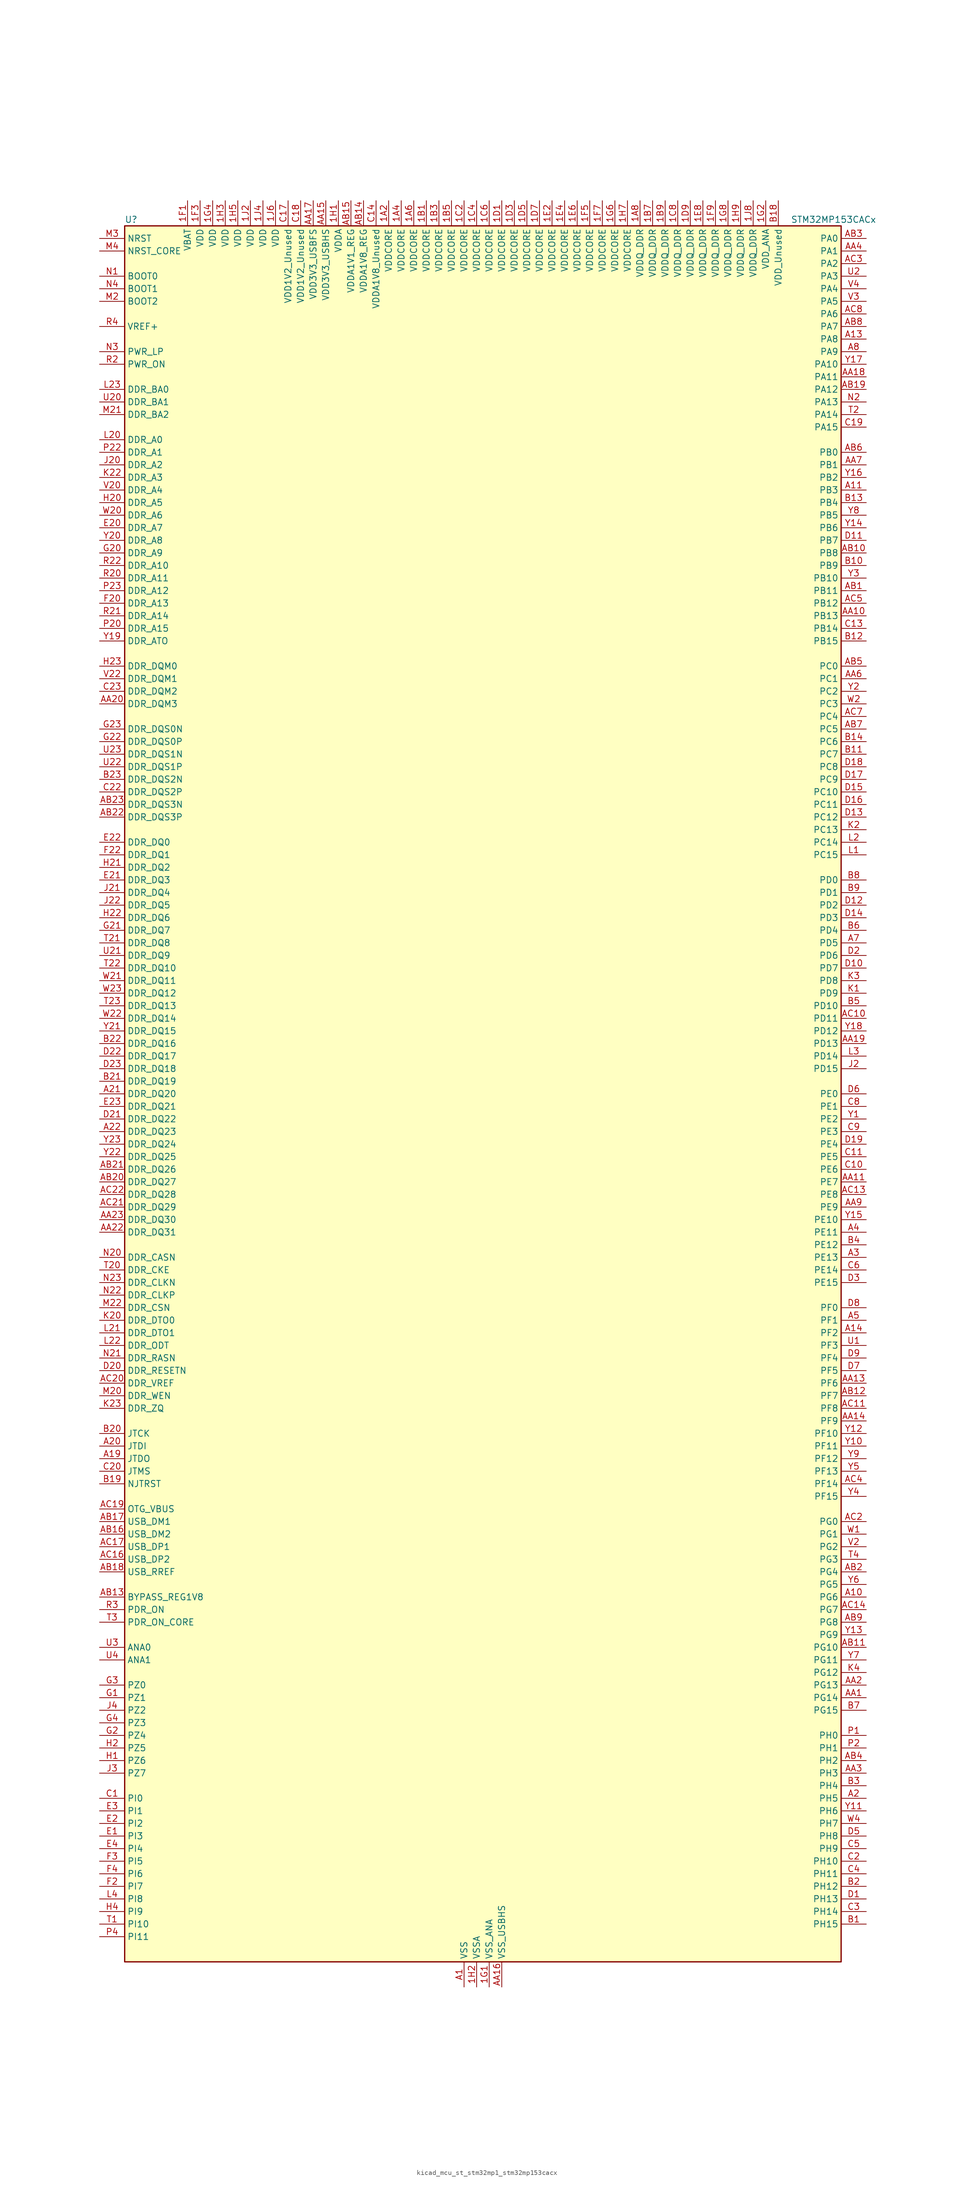
<source format=kicad_sym>
(kicad_symbol_lib
  (version 20220914)
  (generator kicad_symbol_editor)
  (symbol "kicad_mcu_st_stm32mp1_stm32mp153cacx"
    (property "Reference" "U"
      (at -71.12 176.53 0)
      (effects (font (size 1.27 1.27)) (justify left)))
    (property "Value" "STM32MP153CACx"
      (at 63.5 176.53 0)
      (effects (font (size 1.27 1.27)) (justify left)))
    (property "ki_locked" ""
      (at 0 0 0)
      (effects (font (size 1.27 1.27))))
    (symbol "kicad_mcu_st_stm32mp1_stm32mp153cacx_0_1"
      (rectangle (start -71.12 -175.26) (end 73.66 175.26) (stroke (width 0.254) (type default)) (fill (type background))))
    (symbol "kicad_mcu_st_stm32mp1_stm32mp153cacx_1_1"
      (pin power_in line (at -17.78 180.34 270) (length 5.08) (name "VDDCORE" (effects (font (size 1.27 1.27)))) (number "1A2" (effects (font (size 1.27 1.27)))))
      (pin passive line (at -2.54 -180.34 90) (length 5.08) hide (name "VSS" (effects (font (size 1.27 1.27)))) (number "1A3" (effects (font (size 1.27 1.27)))))
      (pin power_in line (at -15.24 180.34 270) (length 5.08) (name "VDDCORE" (effects (font (size 1.27 1.27)))) (number "1A4" (effects (font (size 1.27 1.27)))))
      (pin passive line (at -2.54 -180.34 90) (length 5.08) hide (name "VSS" (effects (font (size 1.27 1.27)))) (number "1A5" (effects (font (size 1.27 1.27)))))
      (pin power_in line (at -12.7 180.34 270) (length 5.08) (name "VDDCORE" (effects (font (size 1.27 1.27)))) (number "1A6" (effects (font (size 1.27 1.27)))))
      (pin passive line (at -2.54 -180.34 90) (length 5.08) hide (name "VSS" (effects (font (size 1.27 1.27)))) (number "1A7" (effects (font (size 1.27 1.27)))))
      (pin power_in line (at 33.02 180.34 270) (length 5.08) (name "VDDQ_DDR" (effects (font (size 1.27 1.27)))) (number "1A8" (effects (font (size 1.27 1.27)))))
      (pin power_in line (at -10.16 180.34 270) (length 5.08) (name "VDDCORE" (effects (font (size 1.27 1.27)))) (number "1B1" (effects (font (size 1.27 1.27)))))
      (pin passive line (at -2.54 -180.34 90) (length 5.08) hide (name "VSS" (effects (font (size 1.27 1.27)))) (number "1B2" (effects (font (size 1.27 1.27)))))
      (pin power_in line (at -7.62 180.34 270) (length 5.08) (name "VDDCORE" (effects (font (size 1.27 1.27)))) (number "1B3" (effects (font (size 1.27 1.27)))))
      (pin passive line (at -2.54 -180.34 90) (length 5.08) hide (name "VSS" (effects (font (size 1.27 1.27)))) (number "1B4" (effects (font (size 1.27 1.27)))))
      (pin power_in line (at -5.08 180.34 270) (length 5.08) (name "VDDCORE" (effects (font (size 1.27 1.27)))) (number "1B5" (effects (font (size 1.27 1.27)))))
      (pin passive line (at -2.54 -180.34 90) (length 5.08) hide (name "VSS" (effects (font (size 1.27 1.27)))) (number "1B6" (effects (font (size 1.27 1.27)))))
      (pin power_in line (at 35.56 180.34 270) (length 5.08) (name "VDDQ_DDR" (effects (font (size 1.27 1.27)))) (number "1B7" (effects (font (size 1.27 1.27)))))
      (pin passive line (at -2.54 -180.34 90) (length 5.08) hide (name "VSS" (effects (font (size 1.27 1.27)))) (number "1B8" (effects (font (size 1.27 1.27)))))
      (pin power_in line (at 38.1 180.34 270) (length 5.08) (name "VDDQ_DDR" (effects (font (size 1.27 1.27)))) (number "1B9" (effects (font (size 1.27 1.27)))))
      (pin passive line (at -2.54 -180.34 90) (length 5.08) hide (name "VSS" (effects (font (size 1.27 1.27)))) (number "1C1" (effects (font (size 1.27 1.27)))))
      (pin power_in line (at -2.54 180.34 270) (length 5.08) (name "VDDCORE" (effects (font (size 1.27 1.27)))) (number "1C2" (effects (font (size 1.27 1.27)))))
      (pin passive line (at -2.54 -180.34 90) (length 5.08) hide (name "VSS" (effects (font (size 1.27 1.27)))) (number "1C3" (effects (font (size 1.27 1.27)))))
      (pin power_in line (at 0 180.34 270) (length 5.08) (name "VDDCORE" (effects (font (size 1.27 1.27)))) (number "1C4" (effects (font (size 1.27 1.27)))))
      (pin passive line (at -2.54 -180.34 90) (length 5.08) hide (name "VSS" (effects (font (size 1.27 1.27)))) (number "1C5" (effects (font (size 1.27 1.27)))))
      (pin power_in line (at 2.54 180.34 270) (length 5.08) (name "VDDCORE" (effects (font (size 1.27 1.27)))) (number "1C6" (effects (font (size 1.27 1.27)))))
      (pin passive line (at -2.54 -180.34 90) (length 5.08) hide (name "VSS" (effects (font (size 1.27 1.27)))) (number "1C7" (effects (font (size 1.27 1.27)))))
      (pin power_in line (at 40.64 180.34 270) (length 5.08) (name "VDDQ_DDR" (effects (font (size 1.27 1.27)))) (number "1C8" (effects (font (size 1.27 1.27)))))
      (pin passive line (at -2.54 -180.34 90) (length 5.08) hide (name "VSS" (effects (font (size 1.27 1.27)))) (number "1C9" (effects (font (size 1.27 1.27)))))
      (pin power_in line (at 5.08 180.34 270) (length 5.08) (name "VDDCORE" (effects (font (size 1.27 1.27)))) (number "1D1" (effects (font (size 1.27 1.27)))))
      (pin passive line (at -2.54 -180.34 90) (length 5.08) hide (name "VSS" (effects (font (size 1.27 1.27)))) (number "1D2" (effects (font (size 1.27 1.27)))))
      (pin power_in line (at 7.62 180.34 270) (length 5.08) (name "VDDCORE" (effects (font (size 1.27 1.27)))) (number "1D3" (effects (font (size 1.27 1.27)))))
      (pin passive line (at -2.54 -180.34 90) (length 5.08) hide (name "VSS" (effects (font (size 1.27 1.27)))) (number "1D4" (effects (font (size 1.27 1.27)))))
      (pin power_in line (at 10.16 180.34 270) (length 5.08) (name "VDDCORE" (effects (font (size 1.27 1.27)))) (number "1D5" (effects (font (size 1.27 1.27)))))
      (pin passive line (at -2.54 -180.34 90) (length 5.08) hide (name "VSS" (effects (font (size 1.27 1.27)))) (number "1D6" (effects (font (size 1.27 1.27)))))
      (pin power_in line (at 12.7 180.34 270) (length 5.08) (name "VDDCORE" (effects (font (size 1.27 1.27)))) (number "1D7" (effects (font (size 1.27 1.27)))))
      (pin passive line (at -2.54 -180.34 90) (length 5.08) hide (name "VSS" (effects (font (size 1.27 1.27)))) (number "1D8" (effects (font (size 1.27 1.27)))))
      (pin power_in line (at 43.18 180.34 270) (length 5.08) (name "VDDQ_DDR" (effects (font (size 1.27 1.27)))) (number "1D9" (effects (font (size 1.27 1.27)))))
      (pin passive line (at -2.54 -180.34 90) (length 5.08) hide (name "VSS" (effects (font (size 1.27 1.27)))) (number "1E1" (effects (font (size 1.27 1.27)))))
      (pin power_in line (at 15.24 180.34 270) (length 5.08) (name "VDDCORE" (effects (font (size 1.27 1.27)))) (number "1E2" (effects (font (size 1.27 1.27)))))
      (pin passive line (at -2.54 -180.34 90) (length 5.08) hide (name "VSS" (effects (font (size 1.27 1.27)))) (number "1E3" (effects (font (size 1.27 1.27)))))
      (pin power_in line (at 17.78 180.34 270) (length 5.08) (name "VDDCORE" (effects (font (size 1.27 1.27)))) (number "1E4" (effects (font (size 1.27 1.27)))))
      (pin passive line (at -2.54 -180.34 90) (length 5.08) hide (name "VSS" (effects (font (size 1.27 1.27)))) (number "1E5" (effects (font (size 1.27 1.27)))))
      (pin power_in line (at 20.32 180.34 270) (length 5.08) (name "VDDCORE" (effects (font (size 1.27 1.27)))) (number "1E6" (effects (font (size 1.27 1.27)))))
      (pin passive line (at -2.54 -180.34 90) (length 5.08) hide (name "VSS" (effects (font (size 1.27 1.27)))) (number "1E7" (effects (font (size 1.27 1.27)))))
      (pin power_in line (at 45.72 180.34 270) (length 5.08) (name "VDDQ_DDR" (effects (font (size 1.27 1.27)))) (number "1E8" (effects (font (size 1.27 1.27)))))
      (pin passive line (at -2.54 -180.34 90) (length 5.08) hide (name "VSS" (effects (font (size 1.27 1.27)))) (number "1E9" (effects (font (size 1.27 1.27)))))
      (pin power_in line (at -58.42 180.34 270) (length 5.08) (name "VBAT" (effects (font (size 1.27 1.27)))) (number "1F1" (effects (font (size 1.27 1.27)))))
      (pin passive line (at -2.54 -180.34 90) (length 5.08) hide (name "VSS" (effects (font (size 1.27 1.27)))) (number "1F2" (effects (font (size 1.27 1.27)))))
      (pin power_in line (at -55.88 180.34 270) (length 5.08) (name "VDD" (effects (font (size 1.27 1.27)))) (number "1F3" (effects (font (size 1.27 1.27)))))
      (pin passive line (at -2.54 -180.34 90) (length 5.08) hide (name "VSS" (effects (font (size 1.27 1.27)))) (number "1F4" (effects (font (size 1.27 1.27)))))
      (pin power_in line (at 22.86 180.34 270) (length 5.08) (name "VDDCORE" (effects (font (size 1.27 1.27)))) (number "1F5" (effects (font (size 1.27 1.27)))))
      (pin passive line (at -2.54 -180.34 90) (length 5.08) hide (name "VSS" (effects (font (size 1.27 1.27)))) (number "1F6" (effects (font (size 1.27 1.27)))))
      (pin power_in line (at 25.4 180.34 270) (length 5.08) (name "VDDCORE" (effects (font (size 1.27 1.27)))) (number "1F7" (effects (font (size 1.27 1.27)))))
      (pin passive line (at -2.54 -180.34 90) (length 5.08) hide (name "VSS" (effects (font (size 1.27 1.27)))) (number "1F8" (effects (font (size 1.27 1.27)))))
      (pin power_in line (at 48.26 180.34 270) (length 5.08) (name "VDDQ_DDR" (effects (font (size 1.27 1.27)))) (number "1F9" (effects (font (size 1.27 1.27)))))
      (pin power_in line (at 2.54 -180.34 90) (length 5.08) (name "VSS_ANA" (effects (font (size 1.27 1.27)))) (number "1G1" (effects (font (size 1.27 1.27)))))
      (pin power_in line (at 58.42 180.34 270) (length 5.08) (name "VDD_ANA" (effects (font (size 1.27 1.27)))) (number "1G2" (effects (font (size 1.27 1.27)))))
      (pin passive line (at -2.54 -180.34 90) (length 5.08) hide (name "VSS" (effects (font (size 1.27 1.27)))) (number "1G3" (effects (font (size 1.27 1.27)))))
      (pin power_in line (at -53.34 180.34 270) (length 5.08) (name "VDD" (effects (font (size 1.27 1.27)))) (number "1G4" (effects (font (size 1.27 1.27)))))
      (pin passive line (at -2.54 -180.34 90) (length 5.08) hide (name "VSS" (effects (font (size 1.27 1.27)))) (number "1G5" (effects (font (size 1.27 1.27)))))
      (pin power_in line (at 27.94 180.34 270) (length 5.08) (name "VDDCORE" (effects (font (size 1.27 1.27)))) (number "1G6" (effects (font (size 1.27 1.27)))))
      (pin passive line (at -2.54 -180.34 90) (length 5.08) hide (name "VSS" (effects (font (size 1.27 1.27)))) (number "1G7" (effects (font (size 1.27 1.27)))))
      (pin power_in line (at 50.8 180.34 270) (length 5.08) (name "VDDQ_DDR" (effects (font (size 1.27 1.27)))) (number "1G8" (effects (font (size 1.27 1.27)))))
      (pin passive line (at -2.54 -180.34 90) (length 5.08) hide (name "VSS" (effects (font (size 1.27 1.27)))) (number "1G9" (effects (font (size 1.27 1.27)))))
      (pin power_in line (at -27.94 180.34 270) (length 5.08) (name "VDDA" (effects (font (size 1.27 1.27)))) (number "1H1" (effects (font (size 1.27 1.27)))))
      (pin power_in line (at 0 -180.34 90) (length 5.08) (name "VSSA" (effects (font (size 1.27 1.27)))) (number "1H2" (effects (font (size 1.27 1.27)))))
      (pin power_in line (at -50.8 180.34 270) (length 5.08) (name "VDD" (effects (font (size 1.27 1.27)))) (number "1H3" (effects (font (size 1.27 1.27)))))
      (pin passive line (at -2.54 -180.34 90) (length 5.08) hide (name "VSS" (effects (font (size 1.27 1.27)))) (number "1H4" (effects (font (size 1.27 1.27)))))
      (pin power_in line (at -48.26 180.34 270) (length 5.08) (name "VDD" (effects (font (size 1.27 1.27)))) (number "1H5" (effects (font (size 1.27 1.27)))))
      (pin passive line (at -2.54 -180.34 90) (length 5.08) hide (name "VSS" (effects (font (size 1.27 1.27)))) (number "1H6" (effects (font (size 1.27 1.27)))))
      (pin power_in line (at 30.48 180.34 270) (length 5.08) (name "VDDCORE" (effects (font (size 1.27 1.27)))) (number "1H7" (effects (font (size 1.27 1.27)))))
      (pin passive line (at -2.54 -180.34 90) (length 5.08) hide (name "VSS" (effects (font (size 1.27 1.27)))) (number "1H8" (effects (font (size 1.27 1.27)))))
      (pin power_in line (at 53.34 180.34 270) (length 5.08) (name "VDDQ_DDR" (effects (font (size 1.27 1.27)))) (number "1H9" (effects (font (size 1.27 1.27)))))
      (pin power_in line (at -45.72 180.34 270) (length 5.08) (name "VDD" (effects (font (size 1.27 1.27)))) (number "1J2" (effects (font (size 1.27 1.27)))))
      (pin passive line (at -2.54 -180.34 90) (length 5.08) hide (name "VSS" (effects (font (size 1.27 1.27)))) (number "1J3" (effects (font (size 1.27 1.27)))))
      (pin power_in line (at -43.18 180.34 270) (length 5.08) (name "VDD" (effects (font (size 1.27 1.27)))) (number "1J4" (effects (font (size 1.27 1.27)))))
      (pin passive line (at -2.54 -180.34 90) (length 5.08) hide (name "VSS" (effects (font (size 1.27 1.27)))) (number "1J5" (effects (font (size 1.27 1.27)))))
      (pin power_in line (at -40.64 180.34 270) (length 5.08) (name "VDD" (effects (font (size 1.27 1.27)))) (number "1J6" (effects (font (size 1.27 1.27)))))
      (pin passive line (at -2.54 -180.34 90) (length 5.08) hide (name "VSS" (effects (font (size 1.27 1.27)))) (number "1J7" (effects (font (size 1.27 1.27)))))
      (pin power_in line (at 55.88 180.34 270) (length 5.08) (name "VDDQ_DDR" (effects (font (size 1.27 1.27)))) (number "1J8" (effects (font (size 1.27 1.27)))))
      (pin power_in line (at -2.54 -180.34 90) (length 5.08) (name "VSS" (effects (font (size 1.27 1.27)))) (number "A1" (effects (font (size 1.27 1.27)))))
      (pin bidirectional line (at 78.74 -101.6 180) (length 5.08) (name "PG6" (effects (font (size 1.27 1.27)))) (number "A10" (effects (font (size 1.27 1.27)))) (alternate "DCMI_D12" bidirectional line) (alternate "DEBUG_TRACED14" bidirectional line) (alternate "LTDC_R7" bidirectional line) (alternate "SDMMC2_CMD" bidirectional line) (alternate "TIM17_BKIN" bidirectional line))
      (pin bidirectional line (at 78.74 121.92 180) (length 5.08) (name "PB3" (effects (font (size 1.27 1.27)))) (number "A11" (effects (font (size 1.27 1.27)))) (alternate "DEBUG_TRACED9" bidirectional line) (alternate "I2S1_CK" bidirectional line) (alternate "I2S3_CK" bidirectional line) (alternate "SAI4_CK1" bidirectional line) (alternate "SAI4_MCLK_A" bidirectional line) (alternate "SDMMC2_D2" bidirectional line) (alternate "SPI1_SCK" bidirectional line) (alternate "SPI3_SCK" bidirectional line) (alternate "SPI6_SCK" bidirectional line) (alternate "TIM2_CH2" bidirectional line) (alternate "UART7_RX" bidirectional line))
      (pin bidirectional line (at 78.74 152.4 180) (length 5.08) (name "PA8" (effects (font (size 1.27 1.27)))) (number "A13" (effects (font (size 1.27 1.27)))) (alternate "I2C3_SCL" bidirectional line) (alternate "I2S3_SDO" bidirectional line) (alternate "LTDC_R6" bidirectional line) (alternate "RCC_MCO_1" bidirectional line) (alternate "SAI4_SD_B" bidirectional line) (alternate "SDMMC2_CKIN" bidirectional line) (alternate "SDMMC2_D4" bidirectional line) (alternate "SPI3_MOSI" bidirectional line) (alternate "TIM1_CH1" bidirectional line) (alternate "TIM8_BKIN2" bidirectional line) (alternate "UART7_RX" bidirectional line) (alternate "USART1_CK" bidirectional line) (alternate "USB_OTG_HS_SOF" bidirectional line))
      (pin bidirectional line (at 78.74 -48.26 180) (length 5.08) (name "PF2" (effects (font (size 1.27 1.27)))) (number "A14" (effects (font (size 1.27 1.27)))) (alternate "FMC_A2" bidirectional line) (alternate "I2C2_SMBA" bidirectional line) (alternate "SDMMC1_D0DIR" bidirectional line) (alternate "SDMMC2_D0DIR" bidirectional line) (alternate "SDMMC3_D0DIR" bidirectional line))
      (pin no_connect line (at -71.12 -175.26 0) (length 5.08) hide (name "DNU" (effects (font (size 1.27 1.27)))) (number "A16" (effects (font (size 1.27 1.27)))))
      (pin no_connect line (at -71.12 -172.72 0) (length 5.08) hide (name "DNU" (effects (font (size 1.27 1.27)))) (number "A17" (effects (font (size 1.27 1.27)))))
      (pin bidirectional line (at -76.2 -73.66 0) (length 5.08) (name "JTDO" (effects (font (size 1.27 1.27)))) (number "A19" (effects (font (size 1.27 1.27)))) (alternate "DEBUG_JTDO-SWO" bidirectional line))
      (pin bidirectional line (at 78.74 -142.24 180) (length 5.08) (name "PH5" (effects (font (size 1.27 1.27)))) (number "A2" (effects (font (size 1.27 1.27)))) (alternate "I2C2_SDA" bidirectional line) (alternate "SAI4_SD_B" bidirectional line) (alternate "SPI5_NSS" bidirectional line))
      (pin bidirectional line (at -76.2 -71.12 0) (length 5.08) (name "JTDI" (effects (font (size 1.27 1.27)))) (number "A20" (effects (font (size 1.27 1.27)))) (alternate "DEBUG_JTDI" bidirectional line))
      (pin bidirectional line (at -76.2 0 0) (length 5.08) (name "DDR_DQ20" (effects (font (size 1.27 1.27)))) (number "A21" (effects (font (size 1.27 1.27)))) (alternate "DDR_DQ20" bidirectional line))
      (pin bidirectional line (at -76.2 -7.62 0) (length 5.08) (name "DDR_DQ23" (effects (font (size 1.27 1.27)))) (number "A22" (effects (font (size 1.27 1.27)))) (alternate "DDR_DQ23" bidirectional line))
      (pin passive line (at -2.54 -180.34 90) (length 5.08) hide (name "VSS" (effects (font (size 1.27 1.27)))) (number "A23" (effects (font (size 1.27 1.27)))))
      (pin bidirectional line (at 78.74 -33.02 180) (length 5.08) (name "PE13" (effects (font (size 1.27 1.27)))) (number "A3" (effects (font (size 1.27 1.27)))) (alternate "DCMI_D6" bidirectional line) (alternate "DFSDM1_CKIN5" bidirectional line) (alternate "FMC_D10" bidirectional line) (alternate "FMC_DA10" bidirectional line) (alternate "HDP_HDP2" bidirectional line) (alternate "LTDC_DE" bidirectional line) (alternate "SAI2_FS_B" bidirectional line) (alternate "SPI4_MISO" bidirectional line) (alternate "TIM1_CH3" bidirectional line))
      (pin bidirectional line (at 78.74 -27.94 180) (length 5.08) (name "PE11" (effects (font (size 1.27 1.27)))) (number "A4" (effects (font (size 1.27 1.27)))) (alternate "ADC1_EXTI11" bidirectional line) (alternate "ADC2_EXTI11" bidirectional line) (alternate "DCMI_D4" bidirectional line) (alternate "DFSDM1_CKIN4" bidirectional line) (alternate "FMC_D8" bidirectional line) (alternate "FMC_DA8" bidirectional line) (alternate "LTDC_G3" bidirectional line) (alternate "SAI2_SD_B" bidirectional line) (alternate "SPI4_NSS" bidirectional line) (alternate "TIM1_CH2" bidirectional line) (alternate "USART6_CK" bidirectional line))
      (pin bidirectional line (at 78.74 -45.72 180) (length 5.08) (name "PF1" (effects (font (size 1.27 1.27)))) (number "A5" (effects (font (size 1.27 1.27)))) (alternate "FMC_A1" bidirectional line) (alternate "I2C2_SCL" bidirectional line) (alternate "SDMMC3_CDIR" bidirectional line) (alternate "SDMMC3_CMD" bidirectional line))
      (pin bidirectional line (at 78.74 30.48 180) (length 5.08) (name "PD5" (effects (font (size 1.27 1.27)))) (number "A7" (effects (font (size 1.27 1.27)))) (alternate "FMC_NWE" bidirectional line) (alternate "SDMMC3_D2" bidirectional line) (alternate "USART2_TX" bidirectional line))
      (pin bidirectional line (at 78.74 149.86 180) (length 5.08) (name "PA9" (effects (font (size 1.27 1.27)))) (number "A8" (effects (font (size 1.27 1.27)))) (alternate "DAC1_EXTI9" bidirectional line) (alternate "DCMI_D0" bidirectional line) (alternate "I2C3_SMBA" bidirectional line) (alternate "I2S2_CK" bidirectional line) (alternate "LTDC_R5" bidirectional line) (alternate "SDMMC2_CDIR" bidirectional line) (alternate "SDMMC2_D5" bidirectional line) (alternate "SPI2_SCK" bidirectional line) (alternate "TIM1_CH2" bidirectional line) (alternate "USART1_TX" bidirectional line))
      (pin bidirectional line (at 78.74 -121.92 180) (length 5.08) (name "PG14" (effects (font (size 1.27 1.27)))) (number "AA1" (effects (font (size 1.27 1.27)))) (alternate "DEBUG_TRACED1" bidirectional line) (alternate "ETH1_TXD1" bidirectional line) (alternate "FMC_A25" bidirectional line) (alternate "LPTIM1_ETR" bidirectional line) (alternate "LTDC_B0" bidirectional line) (alternate "QUADSPI_BK2_IO3" bidirectional line) (alternate "SAI4_D1" bidirectional line) (alternate "SAI4_SD_A" bidirectional line) (alternate "SPI6_MOSI" bidirectional line) (alternate "USART6_TX" bidirectional line))
      (pin bidirectional line (at 78.74 96.52 180) (length 5.08) (name "PB13" (effects (font (size 1.27 1.27)))) (number "AA10" (effects (font (size 1.27 1.27)))) (alternate "DFSDM1_CKIN1" bidirectional line) (alternate "DFSDM1_CKOUT" bidirectional line) (alternate "ETH1_TXD1" bidirectional line) (alternate "FDCAN2_TX" bidirectional line) (alternate "I2S2_CK" bidirectional line) (alternate "LPTIM2_OUT" bidirectional line) (alternate "SPI2_SCK" bidirectional line) (alternate "TIM1_CH1N" bidirectional line) (alternate "UART5_TX" bidirectional line) (alternate "USART3_CTS" bidirectional line) (alternate "USART3_NSS" bidirectional line))
      (pin bidirectional line (at 78.74 -17.78 180) (length 5.08) (name "PE7" (effects (font (size 1.27 1.27)))) (number "AA11" (effects (font (size 1.27 1.27)))) (alternate "DFSDM1_DATIN2" bidirectional line) (alternate "FMC_D4" bidirectional line) (alternate "FMC_DA4" bidirectional line) (alternate "QUADSPI_BK2_IO0" bidirectional line) (alternate "TIM1_ETR" bidirectional line) (alternate "TIM3_ETR" bidirectional line) (alternate "UART7_RX" bidirectional line))
      (pin passive line (at -2.54 -180.34 90) (length 5.08) hide (name "VSS" (effects (font (size 1.27 1.27)))) (number "AA12" (effects (font (size 1.27 1.27)))))
      (pin bidirectional line (at 78.74 -58.42 180) (length 5.08) (name "PF6" (effects (font (size 1.27 1.27)))) (number "AA13" (effects (font (size 1.27 1.27)))) (alternate "QUADSPI_BK1_IO3" bidirectional line) (alternate "SAI1_SD_B" bidirectional line) (alternate "SAI4_SCK_B" bidirectional line) (alternate "SPI5_NSS" bidirectional line) (alternate "TIM16_CH1" bidirectional line) (alternate "UART7_RX" bidirectional line))
      (pin bidirectional line (at 78.74 -66.04 180) (length 5.08) (name "PF9" (effects (font (size 1.27 1.27)))) (number "AA14" (effects (font (size 1.27 1.27)))) (alternate "DAC1_EXTI9" bidirectional line) (alternate "DEBUG_TRACED13" bidirectional line) (alternate "QUADSPI_BK1_IO1" bidirectional line) (alternate "SAI1_FS_B" bidirectional line) (alternate "SPI5_MOSI" bidirectional line) (alternate "TIM14_CH1" bidirectional line) (alternate "TIM17_CH1N" bidirectional line) (alternate "UART7_CTS" bidirectional line))
      (pin power_in line (at -30.48 180.34 270) (length 5.08) (name "VDD3V3_USBHS" (effects (font (size 1.27 1.27)))) (number "AA15" (effects (font (size 1.27 1.27)))))
      (pin power_in line (at 5.08 -180.34 90) (length 5.08) (name "VSS_USBHS" (effects (font (size 1.27 1.27)))) (number "AA16" (effects (font (size 1.27 1.27)))))
      (pin power_in line (at -33.02 180.34 270) (length 5.08) (name "VDD3V3_USBFS" (effects (font (size 1.27 1.27)))) (number "AA17" (effects (font (size 1.27 1.27)))))
      (pin bidirectional line (at 78.74 144.78 180) (length 5.08) (name "PA11" (effects (font (size 1.27 1.27)))) (number "AA18" (effects (font (size 1.27 1.27)))) (alternate "ADC1_EXTI11" bidirectional line) (alternate "ADC2_EXTI11" bidirectional line) (alternate "FDCAN1_RX" bidirectional line) (alternate "I2C5_SCL" bidirectional line) (alternate "I2C6_SCL" bidirectional line) (alternate "I2S2_WS" bidirectional line) (alternate "LTDC_R4" bidirectional line) (alternate "SPI2_NSS" bidirectional line) (alternate "TIM1_CH4" bidirectional line) (alternate "UART4_RX" bidirectional line) (alternate "USART1_CTS" bidirectional line) (alternate "USART1_NSS" bidirectional line))
      (pin bidirectional line (at 78.74 10.16 180) (length 5.08) (name "PD13" (effects (font (size 1.27 1.27)))) (number "AA19" (effects (font (size 1.27 1.27)))) (alternate "FMC_A18" bidirectional line) (alternate "I2C1_SDA" bidirectional line) (alternate "I2C4_SDA" bidirectional line) (alternate "I2S3_MCK" bidirectional line) (alternate "LPTIM1_OUT" bidirectional line) (alternate "QUADSPI_BK1_IO3" bidirectional line) (alternate "SAI2_SCK_A" bidirectional line) (alternate "TIM4_CH2" bidirectional line))
      (pin bidirectional line (at 78.74 -119.38 180) (length 5.08) (name "PG13" (effects (font (size 1.27 1.27)))) (number "AA2" (effects (font (size 1.27 1.27)))) (alternate "DEBUG_TRACED0" bidirectional line) (alternate "ETH1_TXD0" bidirectional line) (alternate "FMC_A24" bidirectional line) (alternate "LPTIM1_OUT" bidirectional line) (alternate "LTDC_R0" bidirectional line) (alternate "SAI1_CK2" bidirectional line) (alternate "SAI1_SCK_A" bidirectional line) (alternate "SAI4_CK1" bidirectional line) (alternate "SAI4_MCLK_A" bidirectional line) (alternate "SPI6_SCK" bidirectional line) (alternate "USART6_CTS" bidirectional line) (alternate "USART6_NSS" bidirectional line))
      (pin bidirectional line (at -76.2 78.74 0) (length 5.08) (name "DDR_DQM3" (effects (font (size 1.27 1.27)))) (number "AA20" (effects (font (size 1.27 1.27)))) (alternate "DDR_DQM3" bidirectional line))
      (pin passive line (at -2.54 -180.34 90) (length 5.08) hide (name "VSS" (effects (font (size 1.27 1.27)))) (number "AA21" (effects (font (size 1.27 1.27)))))
      (pin bidirectional line (at -76.2 -27.94 0) (length 5.08) (name "DDR_DQ31" (effects (font (size 1.27 1.27)))) (number "AA22" (effects (font (size 1.27 1.27)))) (alternate "DDR_DQ31" bidirectional line))
      (pin bidirectional line (at -76.2 -25.4 0) (length 5.08) (name "DDR_DQ30" (effects (font (size 1.27 1.27)))) (number "AA23" (effects (font (size 1.27 1.27)))) (alternate "DDR_DQ30" bidirectional line))
      (pin bidirectional line (at 78.74 -137.16 180) (length 5.08) (name "PH3" (effects (font (size 1.27 1.27)))) (number "AA3" (effects (font (size 1.27 1.27)))) (alternate "DFSDM1_CKIN4" bidirectional line) (alternate "ETH1_COL" bidirectional line) (alternate "LTDC_R1" bidirectional line) (alternate "QUADSPI_BK2_IO1" bidirectional line) (alternate "SAI2_MCLK_B" bidirectional line))
      (pin bidirectional line (at 78.74 170.18 180) (length 5.08) (name "PA1" (effects (font (size 1.27 1.27)))) (number "AA4" (effects (font (size 1.27 1.27)))) (alternate "ADC1_INN16" bidirectional line) (alternate "ADC1_INP17" bidirectional line) (alternate "ETH1_CLK" bidirectional line) (alternate "ETH1_REF_CLK" bidirectional line) (alternate "ETH1_RX_CLK" bidirectional line) (alternate "LPTIM3_OUT" bidirectional line) (alternate "LTDC_R2" bidirectional line) (alternate "QUADSPI_BK1_IO3" bidirectional line) (alternate "SAI2_MCLK_B" bidirectional line) (alternate "TIM15_CH1N" bidirectional line) (alternate "TIM2_CH2" bidirectional line) (alternate "TIM5_CH2" bidirectional line) (alternate "UART4_RX" bidirectional line) (alternate "USART2_DE" bidirectional line) (alternate "USART2_RTS" bidirectional line))
      (pin passive line (at -2.54 -180.34 90) (length 5.08) hide (name "VSS" (effects (font (size 1.27 1.27)))) (number "AA5" (effects (font (size 1.27 1.27)))))
      (pin bidirectional line (at 78.74 83.82 180) (length 5.08) (name "PC1" (effects (font (size 1.27 1.27)))) (number "AA6" (effects (font (size 1.27 1.27)))) (alternate "ADC1_INN10" bidirectional line) (alternate "ADC1_INP11" bidirectional line) (alternate "ADC2_INN10" bidirectional line) (alternate "ADC2_INP11" bidirectional line) (alternate "DEBUG_TRACED0" bidirectional line) (alternate "DFSDM1_CKIN4" bidirectional line) (alternate "DFSDM1_DATIN0" bidirectional line) (alternate "ETH1_MDC" bidirectional line) (alternate "I2S2_SDO" bidirectional line) (alternate "PWR_WKUP6" bidirectional line) (alternate "SAI1_D1" bidirectional line) (alternate "SAI1_SD_A" bidirectional line) (alternate "SDMMC2_CK" bidirectional line) (alternate "SPI2_MOSI" bidirectional line) (alternate "TAMP_IN3" bidirectional line))
      (pin bidirectional line (at 78.74 127 180) (length 5.08) (name "PB1" (effects (font (size 1.27 1.27)))) (number "AA7" (effects (font (size 1.27 1.27)))) (alternate "ADC1_INP5" bidirectional line) (alternate "ADC2_INP5" bidirectional line) (alternate "DFSDM1_DATIN1" bidirectional line) (alternate "ETH1_RXD3" bidirectional line) (alternate "LTDC_G0" bidirectional line) (alternate "LTDC_R6" bidirectional line) (alternate "TIM1_CH3N" bidirectional line) (alternate "TIM3_CH4" bidirectional line) (alternate "TIM8_CH3N" bidirectional line))
      (pin passive line (at -2.54 -180.34 90) (length 5.08) hide (name "VSS" (effects (font (size 1.27 1.27)))) (number "AA8" (effects (font (size 1.27 1.27)))))
      (pin bidirectional line (at 78.74 -22.86 180) (length 5.08) (name "PE9" (effects (font (size 1.27 1.27)))) (number "AA9" (effects (font (size 1.27 1.27)))) (alternate "DAC1_EXTI9" bidirectional line) (alternate "DFSDM1_CKOUT" bidirectional line) (alternate "FMC_D6" bidirectional line) (alternate "FMC_DA6" bidirectional line) (alternate "QUADSPI_BK2_IO2" bidirectional line) (alternate "TIM1_CH1" bidirectional line) (alternate "UART7_DE" bidirectional line) (alternate "UART7_RTS" bidirectional line))
      (pin bidirectional line (at 78.74 101.6 180) (length 5.08) (name "PB11" (effects (font (size 1.27 1.27)))) (number "AB1" (effects (font (size 1.27 1.27)))) (alternate "ADC1_EXTI11" bidirectional line) (alternate "ADC2_EXTI11" bidirectional line) (alternate "DFSDM1_CKIN7" bidirectional line) (alternate "ETH1_TX_CTL" bidirectional line) (alternate "ETH1_TX_EN" bidirectional line) (alternate "I2C2_SDA" bidirectional line) (alternate "LPTIM2_ETR" bidirectional line) (alternate "LTDC_G5" bidirectional line) (alternate "TIM2_CH4" bidirectional line) (alternate "USART3_RX" bidirectional line))
      (pin bidirectional line (at 78.74 109.22 180) (length 5.08) (name "PB8" (effects (font (size 1.27 1.27)))) (number "AB10" (effects (font (size 1.27 1.27)))) (alternate "DCMI_D6" bidirectional line) (alternate "DFSDM1_CKIN7" bidirectional line) (alternate "ETH1_TXD3" bidirectional line) (alternate "FDCAN1_RX" bidirectional line) (alternate "HDP_HDP6" bidirectional line) (alternate "I2C1_SCL" bidirectional line) (alternate "I2C4_SCL" bidirectional line) (alternate "LTDC_B6" bidirectional line) (alternate "SDMMC1_CKIN" bidirectional line) (alternate "SDMMC1_D4" bidirectional line) (alternate "SDMMC2_CKIN" bidirectional line) (alternate "SDMMC2_D4" bidirectional line) (alternate "TIM16_CH1" bidirectional line) (alternate "TIM4_CH3" bidirectional line) (alternate "UART4_RX" bidirectional line))
      (pin bidirectional line (at 78.74 -111.76 180) (length 5.08) (name "PG10" (effects (font (size 1.27 1.27)))) (number "AB11" (effects (font (size 1.27 1.27)))) (alternate "DCMI_D2" bidirectional line) (alternate "DEBUG_TRACED10" bidirectional line) (alternate "FMC_NE3" bidirectional line) (alternate "LTDC_B2" bidirectional line) (alternate "LTDC_G3" bidirectional line) (alternate "QUADSPI_BK2_IO2" bidirectional line) (alternate "SAI2_SD_B" bidirectional line) (alternate "UART8_CTS" bidirectional line))
      (pin bidirectional line (at 78.74 -60.96 180) (length 5.08) (name "PF7" (effects (font (size 1.27 1.27)))) (number "AB12" (effects (font (size 1.27 1.27)))) (alternate "QUADSPI_BK1_IO2" bidirectional line) (alternate "SAI1_MCLK_B" bidirectional line) (alternate "SPI5_SCK" bidirectional line) (alternate "TIM17_CH1" bidirectional line) (alternate "UART7_TX" bidirectional line))
      (pin bidirectional line (at -76.2 -101.6 0) (length 5.08) (name "BYPASS_REG1V8" (effects (font (size 1.27 1.27)))) (number "AB13" (effects (font (size 1.27 1.27)))))
      (pin power_in line (at -22.86 180.34 270) (length 5.08) (name "VDDA1V8_REG" (effects (font (size 1.27 1.27)))) (number "AB14" (effects (font (size 1.27 1.27)))))
      (pin power_in line (at -25.4 180.34 270) (length 5.08) (name "VDDA1V1_REG" (effects (font (size 1.27 1.27)))) (number "AB15" (effects (font (size 1.27 1.27)))))
      (pin bidirectional line (at -76.2 -88.9 0) (length 5.08) (name "USB_DM2" (effects (font (size 1.27 1.27)))) (number "AB16" (effects (font (size 1.27 1.27)))) (alternate "USBH_HS2_DM" bidirectional line) (alternate "USB_OTG_HS_DM" bidirectional line))
      (pin bidirectional line (at -76.2 -86.36 0) (length 5.08) (name "USB_DM1" (effects (font (size 1.27 1.27)))) (number "AB17" (effects (font (size 1.27 1.27)))) (alternate "USBH_HS1_DM" bidirectional line))
      (pin bidirectional line (at -76.2 -96.52 0) (length 5.08) (name "USB_RREF" (effects (font (size 1.27 1.27)))) (number "AB18" (effects (font (size 1.27 1.27)))))
      (pin bidirectional line (at 78.74 142.24 180) (length 5.08) (name "PA12" (effects (font (size 1.27 1.27)))) (number "AB19" (effects (font (size 1.27 1.27)))) (alternate "FDCAN1_TX" bidirectional line) (alternate "I2C5_SDA" bidirectional line) (alternate "I2C6_SDA" bidirectional line) (alternate "LTDC_R5" bidirectional line) (alternate "SAI2_FS_B" bidirectional line) (alternate "TIM1_ETR" bidirectional line) (alternate "UART4_TX" bidirectional line) (alternate "USART1_DE" bidirectional line) (alternate "USART1_RTS" bidirectional line))
      (pin bidirectional line (at 78.74 -96.52 180) (length 5.08) (name "PG4" (effects (font (size 1.27 1.27)))) (number "AB2" (effects (font (size 1.27 1.27)))) (alternate "ETH1_GTX_CLK" bidirectional line) (alternate "FMC_A14" bidirectional line) (alternate "TIM1_BKIN2" bidirectional line))
      (pin bidirectional line (at -76.2 -17.78 0) (length 5.08) (name "DDR_DQ27" (effects (font (size 1.27 1.27)))) (number "AB20" (effects (font (size 1.27 1.27)))) (alternate "DDR_DQ27" bidirectional line))
      (pin bidirectional line (at -76.2 -15.24 0) (length 5.08) (name "DDR_DQ26" (effects (font (size 1.27 1.27)))) (number "AB21" (effects (font (size 1.27 1.27)))) (alternate "DDR_DQ26" bidirectional line))
      (pin bidirectional line (at -76.2 55.88 0) (length 5.08) (name "DDR_DQS3P" (effects (font (size 1.27 1.27)))) (number "AB22" (effects (font (size 1.27 1.27)))) (alternate "DDR_DQS3P" bidirectional line))
      (pin bidirectional line (at -76.2 58.42 0) (length 5.08) (name "DDR_DQS3N" (effects (font (size 1.27 1.27)))) (number "AB23" (effects (font (size 1.27 1.27)))) (alternate "DDR_DQS3N" bidirectional line))
      (pin bidirectional line (at 78.74 172.72 180) (length 5.08) (name "PA0" (effects (font (size 1.27 1.27)))) (number "AB3" (effects (font (size 1.27 1.27)))) (alternate "ADC1_INP16" bidirectional line) (alternate "ETH1_CRS" bidirectional line) (alternate "PWR_WKUP1" bidirectional line) (alternate "SAI2_SD_B" bidirectional line) (alternate "SDMMC2_CMD" bidirectional line) (alternate "TIM15_BKIN" bidirectional line) (alternate "TIM2_CH1" bidirectional line) (alternate "TIM2_ETR" bidirectional line) (alternate "TIM5_CH1" bidirectional line) (alternate "TIM8_ETR" bidirectional line) (alternate "UART4_TX" bidirectional line) (alternate "USART2_CTS" bidirectional line) (alternate "USART2_NSS" bidirectional line))
      (pin bidirectional line (at 78.74 -134.62 180) (length 5.08) (name "PH2" (effects (font (size 1.27 1.27)))) (number "AB4" (effects (font (size 1.27 1.27)))) (alternate "ETH1_CRS" bidirectional line) (alternate "LPTIM1_IN2" bidirectional line) (alternate "LTDC_R0" bidirectional line) (alternate "QUADSPI_BK2_IO0" bidirectional line) (alternate "SAI2_SCK_B" bidirectional line))
      (pin bidirectional line (at 78.74 86.36 180) (length 5.08) (name "PC0" (effects (font (size 1.27 1.27)))) (number "AB5" (effects (font (size 1.27 1.27)))) (alternate "ADC1_INP10" bidirectional line) (alternate "ADC2_INP10" bidirectional line) (alternate "DFSDM1_CKIN0" bidirectional line) (alternate "DFSDM1_DATIN4" bidirectional line) (alternate "LPTIM2_IN2" bidirectional line) (alternate "LTDC_R5" bidirectional line) (alternate "QUADSPI_BK2_NCS" bidirectional line) (alternate "SAI2_FS_B" bidirectional line))
      (pin bidirectional line (at 78.74 129.54 180) (length 5.08) (name "PB0" (effects (font (size 1.27 1.27)))) (number "AB6" (effects (font (size 1.27 1.27)))) (alternate "ADC1_INN5" bidirectional line) (alternate "ADC1_INP9" bidirectional line) (alternate "ADC2_INN5" bidirectional line) (alternate "ADC2_INP9" bidirectional line) (alternate "DFSDM1_CKOUT" bidirectional line) (alternate "ETH1_RXD2" bidirectional line) (alternate "LTDC_G1" bidirectional line) (alternate "LTDC_R3" bidirectional line) (alternate "TIM1_CH2N" bidirectional line) (alternate "TIM3_CH3" bidirectional line) (alternate "TIM8_CH2N" bidirectional line) (alternate "UART4_CTS" bidirectional line))
      (pin bidirectional line (at 78.74 73.66 180) (length 5.08) (name "PC5" (effects (font (size 1.27 1.27)))) (number "AB7" (effects (font (size 1.27 1.27)))) (alternate "ADC1_INN4" bidirectional line) (alternate "ADC1_INP8" bidirectional line) (alternate "ADC2_INN4" bidirectional line) (alternate "ADC2_INP8" bidirectional line) (alternate "DFSDM1_DATIN2" bidirectional line) (alternate "ETH1_RXD1" bidirectional line) (alternate "SAI1_D3" bidirectional line) (alternate "SAI1_D4" bidirectional line) (alternate "SAI4_D3" bidirectional line) (alternate "SAI4_D4" bidirectional line) (alternate "SPDIFRX_IN3" bidirectional line))
      (pin bidirectional line (at 78.74 154.94 180) (length 5.08) (name "PA7" (effects (font (size 1.27 1.27)))) (number "AB8" (effects (font (size 1.27 1.27)))) (alternate "ADC1_INN3" bidirectional line) (alternate "ADC1_INP7" bidirectional line) (alternate "ADC2_INN3" bidirectional line) (alternate "ADC2_INP7" bidirectional line) (alternate "ETH1_CRS_DV" bidirectional line) (alternate "ETH1_RX_CTL" bidirectional line) (alternate "ETH1_RX_DV" bidirectional line) (alternate "I2S1_SDO" bidirectional line) (alternate "QUADSPI_CLK" bidirectional line) (alternate "SAI4_D1" bidirectional line) (alternate "SAI4_SD_A" bidirectional line) (alternate "SPI1_MOSI" bidirectional line) (alternate "SPI6_MOSI" bidirectional line) (alternate "TIM14_CH1" bidirectional line) (alternate "TIM1_CH1N" bidirectional line) (alternate "TIM3_CH2" bidirectional line) (alternate "TIM8_CH1N" bidirectional line))
      (pin bidirectional line (at 78.74 -106.68 180) (length 5.08) (name "PG8" (effects (font (size 1.27 1.27)))) (number "AB9" (effects (font (size 1.27 1.27)))) (alternate "DEBUG_TRACED15" bidirectional line) (alternate "ETH1_CLK" bidirectional line) (alternate "ETH1_PPS_OUT" bidirectional line) (alternate "LTDC_G7" bidirectional line) (alternate "SAI4_D2" bidirectional line) (alternate "SAI4_FS_A" bidirectional line) (alternate "SPDIFRX_IN2" bidirectional line) (alternate "SPI6_NSS" bidirectional line) (alternate "TIM2_CH1" bidirectional line) (alternate "TIM2_ETR" bidirectional line) (alternate "TIM8_ETR" bidirectional line) (alternate "USART3_DE" bidirectional line) (alternate "USART3_RTS" bidirectional line) (alternate "USART6_DE" bidirectional line) (alternate "USART6_RTS" bidirectional line))
      (pin passive line (at -2.54 -180.34 90) (length 5.08) hide (name "VSS" (effects (font (size 1.27 1.27)))) (number "AC1" (effects (font (size 1.27 1.27)))))
      (pin bidirectional line (at 78.74 15.24 180) (length 5.08) (name "PD11" (effects (font (size 1.27 1.27)))) (number "AC10" (effects (font (size 1.27 1.27)))) (alternate "ADC1_EXTI11" bidirectional line) (alternate "ADC2_EXTI11" bidirectional line) (alternate "FMC_A16" bidirectional line) (alternate "FMC_CLE" bidirectional line) (alternate "I2C1_SMBA" bidirectional line) (alternate "I2C4_SMBA" bidirectional line) (alternate "LPTIM2_IN2" bidirectional line) (alternate "QUADSPI_BK1_IO0" bidirectional line) (alternate "SAI2_SD_A" bidirectional line) (alternate "USART3_CTS" bidirectional line) (alternate "USART3_NSS" bidirectional line))
      (pin bidirectional line (at 78.74 -63.5 180) (length 5.08) (name "PF8" (effects (font (size 1.27 1.27)))) (number "AC11" (effects (font (size 1.27 1.27)))) (alternate "DEBUG_TRACED12" bidirectional line) (alternate "QUADSPI_BK1_IO0" bidirectional line) (alternate "SAI1_SCK_B" bidirectional line) (alternate "SPI5_MISO" bidirectional line) (alternate "TIM13_CH1" bidirectional line) (alternate "TIM16_CH1N" bidirectional line) (alternate "UART7_DE" bidirectional line) (alternate "UART7_RTS" bidirectional line))
      (pin bidirectional line (at 78.74 -20.32 180) (length 5.08) (name "PE8" (effects (font (size 1.27 1.27)))) (number "AC13" (effects (font (size 1.27 1.27)))) (alternate "DFSDM1_CKIN2" bidirectional line) (alternate "FMC_D5" bidirectional line) (alternate "FMC_DA5" bidirectional line) (alternate "QUADSPI_BK2_IO1" bidirectional line) (alternate "TIM1_CH1N" bidirectional line) (alternate "UART7_TX" bidirectional line))
      (pin bidirectional line (at 78.74 -104.14 180) (length 5.08) (name "PG7" (effects (font (size 1.27 1.27)))) (number "AC14" (effects (font (size 1.27 1.27)))) (alternate "DCMI_D13" bidirectional line) (alternate "DEBUG_TRACED5" bidirectional line) (alternate "LTDC_CLK" bidirectional line) (alternate "QUADSPI_BK2_IO3" bidirectional line) (alternate "QUADSPI_CLK" bidirectional line) (alternate "SAI1_MCLK_A" bidirectional line) (alternate "UART8_DE" bidirectional line) (alternate "UART8_RTS" bidirectional line) (alternate "USART6_CK" bidirectional line))
      (pin bidirectional line (at -76.2 -93.98 0) (length 5.08) (name "USB_DP2" (effects (font (size 1.27 1.27)))) (number "AC16" (effects (font (size 1.27 1.27)))) (alternate "USBH_HS2_DP" bidirectional line) (alternate "USB_OTG_HS_DP" bidirectional line))
      (pin bidirectional line (at -76.2 -91.44 0) (length 5.08) (name "USB_DP1" (effects (font (size 1.27 1.27)))) (number "AC17" (effects (font (size 1.27 1.27)))) (alternate "USBH_HS1_DP" bidirectional line))
      (pin bidirectional line (at -76.2 -83.82 0) (length 5.08) (name "OTG_VBUS" (effects (font (size 1.27 1.27)))) (number "AC19" (effects (font (size 1.27 1.27)))) (alternate "USB_OTG_HS_VBUS" bidirectional line))
      (pin bidirectional line (at 78.74 -86.36 180) (length 5.08) (name "PG0" (effects (font (size 1.27 1.27)))) (number "AC2" (effects (font (size 1.27 1.27)))) (alternate "DEBUG_TRACED0" bidirectional line) (alternate "DFSDM1_DATIN0" bidirectional line) (alternate "ETH1_TXD4" bidirectional line) (alternate "FMC_A10" bidirectional line))
      (pin bidirectional line (at -76.2 -58.42 0) (length 5.08) (name "DDR_VREF" (effects (font (size 1.27 1.27)))) (number "AC20" (effects (font (size 1.27 1.27)))) (alternate "DDR_VREF" bidirectional line))
      (pin bidirectional line (at -76.2 -22.86 0) (length 5.08) (name "DDR_DQ29" (effects (font (size 1.27 1.27)))) (number "AC21" (effects (font (size 1.27 1.27)))) (alternate "DDR_DQ29" bidirectional line))
      (pin bidirectional line (at -76.2 -20.32 0) (length 5.08) (name "DDR_DQ28" (effects (font (size 1.27 1.27)))) (number "AC22" (effects (font (size 1.27 1.27)))) (alternate "DDR_DQ28" bidirectional line))
      (pin passive line (at -2.54 -180.34 90) (length 5.08) hide (name "VSS" (effects (font (size 1.27 1.27)))) (number "AC23" (effects (font (size 1.27 1.27)))))
      (pin bidirectional line (at 78.74 167.64 180) (length 5.08) (name "PA2" (effects (font (size 1.27 1.27)))) (number "AC3" (effects (font (size 1.27 1.27)))) (alternate "ADC1_INP14" bidirectional line) (alternate "ETH1_MDIO" bidirectional line) (alternate "LPTIM4_OUT" bidirectional line) (alternate "LTDC_R1" bidirectional line) (alternate "PWR_WKUP2" bidirectional line) (alternate "SAI2_SCK_B" bidirectional line) (alternate "SDMMC2_D0DIR" bidirectional line) (alternate "TIM15_CH1" bidirectional line) (alternate "TIM2_CH3" bidirectional line) (alternate "TIM5_CH3" bidirectional line) (alternate "USART2_TX" bidirectional line))
      (pin bidirectional line (at 78.74 -78.74 180) (length 5.08) (name "PF14" (effects (font (size 1.27 1.27)))) (number "AC4" (effects (font (size 1.27 1.27)))) (alternate "ADC2_INN2" bidirectional line) (alternate "ADC2_INP6" bidirectional line) (alternate "DEBUG_TRACED6" bidirectional line) (alternate "DFSDM1_CKIN6" bidirectional line) (alternate "ETH1_RXD6" bidirectional line) (alternate "FMC_A8" bidirectional line) (alternate "I2C1_SCL" bidirectional line) (alternate "I2C4_SCL" bidirectional line))
      (pin bidirectional line (at 78.74 99.06 180) (length 5.08) (name "PB12" (effects (font (size 1.27 1.27)))) (number "AC5" (effects (font (size 1.27 1.27)))) (alternate "DFSDM1_DATIN1" bidirectional line) (alternate "ETH1_TXD0" bidirectional line) (alternate "FDCAN2_RX" bidirectional line) (alternate "I2C2_SMBA" bidirectional line) (alternate "I2C6_SMBA" bidirectional line) (alternate "I2S2_WS" bidirectional line) (alternate "SPI2_NSS" bidirectional line) (alternate "TIM1_BKIN" bidirectional line) (alternate "UART5_RX" bidirectional line) (alternate "USART3_CK" bidirectional line) (alternate "USART3_RX" bidirectional line))
      (pin bidirectional line (at 78.74 76.2 180) (length 5.08) (name "PC4" (effects (font (size 1.27 1.27)))) (number "AC7" (effects (font (size 1.27 1.27)))) (alternate "ADC1_INP4" bidirectional line) (alternate "ADC2_INP4" bidirectional line) (alternate "DFSDM1_CKIN2" bidirectional line) (alternate "ETH1_RXD0" bidirectional line) (alternate "I2S1_MCK" bidirectional line) (alternate "SPDIFRX_IN2" bidirectional line))
      (pin bidirectional line (at 78.74 157.48 180) (length 5.08) (name "PA6" (effects (font (size 1.27 1.27)))) (number "AC8" (effects (font (size 1.27 1.27)))) (alternate "ADC1_INP3" bidirectional line) (alternate "ADC2_INP3" bidirectional line) (alternate "DCMI_PIXCLK" bidirectional line) (alternate "I2S1_SDI" bidirectional line) (alternate "LTDC_G2" bidirectional line) (alternate "SAI4_CK2" bidirectional line) (alternate "SAI4_SCK_A" bidirectional line) (alternate "SPI1_MISO" bidirectional line) (alternate "SPI6_MISO" bidirectional line) (alternate "TIM13_CH1" bidirectional line) (alternate "TIM1_BKIN" bidirectional line) (alternate "TIM3_CH1" bidirectional line) (alternate "TIM8_BKIN" bidirectional line))
      (pin bidirectional line (at 78.74 -167.64 180) (length 5.08) (name "PH15" (effects (font (size 1.27 1.27)))) (number "B1" (effects (font (size 1.27 1.27)))) (alternate "ADC1_EXTI15" bidirectional line) (alternate "ADC2_EXTI15" bidirectional line) (alternate "DCMI_D11" bidirectional line) (alternate "LTDC_G4" bidirectional line) (alternate "TIM8_CH3N" bidirectional line))
      (pin bidirectional line (at 78.74 106.68 180) (length 5.08) (name "PB9" (effects (font (size 1.27 1.27)))) (number "B10" (effects (font (size 1.27 1.27)))) (alternate "DAC1_EXTI9" bidirectional line) (alternate "DCMI_D7" bidirectional line) (alternate "DFSDM1_DATIN7" bidirectional line) (alternate "FDCAN1_TX" bidirectional line) (alternate "HDP_HDP7" bidirectional line) (alternate "I2C1_SDA" bidirectional line) (alternate "I2C4_SDA" bidirectional line) (alternate "I2S2_WS" bidirectional line) (alternate "LTDC_B7" bidirectional line) (alternate "SDMMC1_CDIR" bidirectional line) (alternate "SDMMC1_D5" bidirectional line) (alternate "SDMMC2_CDIR" bidirectional line) (alternate "SDMMC2_D5" bidirectional line) (alternate "SPI2_NSS" bidirectional line) (alternate "TIM17_CH1" bidirectional line) (alternate "TIM4_CH4" bidirectional line) (alternate "UART4_TX" bidirectional line))
      (pin bidirectional line (at 78.74 68.58 180) (length 5.08) (name "PC7" (effects (font (size 1.27 1.27)))) (number "B11" (effects (font (size 1.27 1.27)))) (alternate "DCMI_D1" bidirectional line) (alternate "DFSDM1_DATIN3" bidirectional line) (alternate "HDP_HDP4" bidirectional line) (alternate "I2S3_MCK" bidirectional line) (alternate "LTDC_G6" bidirectional line) (alternate "SDMMC1_D123DIR" bidirectional line) (alternate "SDMMC1_D7" bidirectional line) (alternate "SDMMC2_D123DIR" bidirectional line) (alternate "SDMMC2_D7" bidirectional line) (alternate "TIM3_CH2" bidirectional line) (alternate "TIM8_CH2" bidirectional line) (alternate "USART6_RX" bidirectional line))
      (pin bidirectional line (at 78.74 91.44 180) (length 5.08) (name "PB15" (effects (font (size 1.27 1.27)))) (number "B12" (effects (font (size 1.27 1.27)))) (alternate "ADC1_EXTI15" bidirectional line) (alternate "ADC2_EXTI15" bidirectional line) (alternate "DFSDM1_CKIN2" bidirectional line) (alternate "I2S2_SDO" bidirectional line) (alternate "RTC_REFIN" bidirectional line) (alternate "SDMMC2_D1" bidirectional line) (alternate "SPI2_MOSI" bidirectional line) (alternate "TIM12_CH2" bidirectional line) (alternate "TIM1_CH3N" bidirectional line) (alternate "TIM8_CH3N" bidirectional line) (alternate "USART1_RX" bidirectional line))
      (pin bidirectional line (at 78.74 119.38 180) (length 5.08) (name "PB4" (effects (font (size 1.27 1.27)))) (number "B13" (effects (font (size 1.27 1.27)))) (alternate "DEBUG_TRACED8" bidirectional line) (alternate "I2S1_SDI" bidirectional line) (alternate "I2S2_WS" bidirectional line) (alternate "I2S3_SDI" bidirectional line) (alternate "SAI4_CK2" bidirectional line) (alternate "SAI4_SCK_A" bidirectional line) (alternate "SDMMC2_D3" bidirectional line) (alternate "SPI1_MISO" bidirectional line) (alternate "SPI2_NSS" bidirectional line) (alternate "SPI3_MISO" bidirectional line) (alternate "SPI6_MISO" bidirectional line) (alternate "TIM16_BKIN" bidirectional line) (alternate "TIM3_CH1" bidirectional line) (alternate "UART7_TX" bidirectional line))
      (pin bidirectional line (at 78.74 71.12 180) (length 5.08) (name "PC6" (effects (font (size 1.27 1.27)))) (number "B14" (effects (font (size 1.27 1.27)))) (alternate "DCMI_D0" bidirectional line) (alternate "DFSDM1_CKIN3" bidirectional line) (alternate "HDP_HDP1" bidirectional line) (alternate "I2S2_MCK" bidirectional line) (alternate "LTDC_HSYNC" bidirectional line) (alternate "SDMMC1_D0DIR" bidirectional line) (alternate "SDMMC1_D6" bidirectional line) (alternate "SDMMC2_D0DIR" bidirectional line) (alternate "SDMMC2_D6" bidirectional line) (alternate "TIM3_CH1" bidirectional line) (alternate "TIM8_CH1" bidirectional line) (alternate "USART6_TX" bidirectional line))
      (pin no_connect line (at -71.12 -170.18 0) (length 5.08) hide (name "DNU" (effects (font (size 1.27 1.27)))) (number "B15" (effects (font (size 1.27 1.27)))))
      (pin no_connect line (at -71.12 -167.64 0) (length 5.08) hide (name "DNU" (effects (font (size 1.27 1.27)))) (number "B16" (effects (font (size 1.27 1.27)))))
      (pin no_connect line (at -71.12 -165.1 0) (length 5.08) hide (name "DNU" (effects (font (size 1.27 1.27)))) (number "B17" (effects (font (size 1.27 1.27)))))
      (pin power_in line (at 60.96 180.34 270) (length 5.08) (name "VDD_Unused" (effects (font (size 1.27 1.27)))) (number "B18" (effects (font (size 1.27 1.27)))))
      (pin bidirectional line (at -76.2 -78.74 0) (length 5.08) (name "NJTRST" (effects (font (size 1.27 1.27)))) (number "B19" (effects (font (size 1.27 1.27)))) (alternate "DEBUG_JTRST" bidirectional line))
      (pin bidirectional line (at 78.74 -160.02 180) (length 5.08) (name "PH12" (effects (font (size 1.27 1.27)))) (number "B2" (effects (font (size 1.27 1.27)))) (alternate "DCMI_D3" bidirectional line) (alternate "HDP_HDP2" bidirectional line) (alternate "I2C1_SDA" bidirectional line) (alternate "I2C4_SDA" bidirectional line) (alternate "LTDC_R6" bidirectional line) (alternate "TIM5_CH3" bidirectional line))
      (pin bidirectional line (at -76.2 -68.58 0) (length 5.08) (name "JTCK" (effects (font (size 1.27 1.27)))) (number "B20" (effects (font (size 1.27 1.27)))) (alternate "DEBUG_JTCK-SWCLK" bidirectional line))
      (pin bidirectional line (at -76.2 2.54 0) (length 5.08) (name "DDR_DQ19" (effects (font (size 1.27 1.27)))) (number "B21" (effects (font (size 1.27 1.27)))) (alternate "DDR_DQ19" bidirectional line))
      (pin bidirectional line (at -76.2 10.16 0) (length 5.08) (name "DDR_DQ16" (effects (font (size 1.27 1.27)))) (number "B22" (effects (font (size 1.27 1.27)))) (alternate "DDR_DQ16" bidirectional line))
      (pin bidirectional line (at -76.2 63.5 0) (length 5.08) (name "DDR_DQS2N" (effects (font (size 1.27 1.27)))) (number "B23" (effects (font (size 1.27 1.27)))) (alternate "DDR_DQS2N" bidirectional line))
      (pin bidirectional line (at 78.74 -139.7 180) (length 5.08) (name "PH4" (effects (font (size 1.27 1.27)))) (number "B3" (effects (font (size 1.27 1.27)))) (alternate "I2C2_SCL" bidirectional line) (alternate "LTDC_G4" bidirectional line) (alternate "LTDC_G5" bidirectional line))
      (pin bidirectional line (at 78.74 -30.48 180) (length 5.08) (name "PE12" (effects (font (size 1.27 1.27)))) (number "B4" (effects (font (size 1.27 1.27)))) (alternate "DFSDM1_DATIN5" bidirectional line) (alternate "FMC_D9" bidirectional line) (alternate "FMC_DA9" bidirectional line) (alternate "LTDC_B4" bidirectional line) (alternate "SAI2_SCK_B" bidirectional line) (alternate "SDMMC1_D0DIR" bidirectional line) (alternate "SPI4_SCK" bidirectional line) (alternate "TIM1_CH3N" bidirectional line))
      (pin bidirectional line (at 78.74 17.78 180) (length 5.08) (name "PD10" (effects (font (size 1.27 1.27)))) (number "B5" (effects (font (size 1.27 1.27)))) (alternate "DFSDM1_CKOUT" bidirectional line) (alternate "FMC_D15" bidirectional line) (alternate "FMC_DA15" bidirectional line) (alternate "I2C5_SMBA" bidirectional line) (alternate "I2S3_SDI" bidirectional line) (alternate "LTDC_B3" bidirectional line) (alternate "RTC_REFIN" bidirectional line) (alternate "SAI3_FS_B" bidirectional line) (alternate "SPI3_MISO" bidirectional line) (alternate "TIM16_BKIN" bidirectional line) (alternate "USART3_CK" bidirectional line))
      (pin bidirectional line (at 78.74 33.02 180) (length 5.08) (name "PD4" (effects (font (size 1.27 1.27)))) (number "B6" (effects (font (size 1.27 1.27)))) (alternate "DFSDM1_CKIN0" bidirectional line) (alternate "FMC_NOE" bidirectional line) (alternate "SAI3_FS_A" bidirectional line) (alternate "SDMMC3_D1" bidirectional line) (alternate "USART2_DE" bidirectional line) (alternate "USART2_RTS" bidirectional line))
      (pin bidirectional line (at 78.74 -124.46 180) (length 5.08) (name "PG15" (effects (font (size 1.27 1.27)))) (number "B7" (effects (font (size 1.27 1.27)))) (alternate "ADC1_EXTI15" bidirectional line) (alternate "ADC2_EXTI15" bidirectional line) (alternate "DCMI_D13" bidirectional line) (alternate "DEBUG_TRACED7" bidirectional line) (alternate "I2C2_SDA" bidirectional line) (alternate "SAI1_D2" bidirectional line) (alternate "SAI1_FS_A" bidirectional line) (alternate "SDMMC3_CK" bidirectional line) (alternate "USART6_CTS" bidirectional line) (alternate "USART6_NSS" bidirectional line))
      (pin bidirectional line (at 78.74 43.18 180) (length 5.08) (name "PD0" (effects (font (size 1.27 1.27)))) (number "B8" (effects (font (size 1.27 1.27)))) (alternate "DFSDM1_CKIN6" bidirectional line) (alternate "DFSDM1_DATIN7" bidirectional line) (alternate "FDCAN1_RX" bidirectional line) (alternate "FMC_D2" bidirectional line) (alternate "FMC_DA2" bidirectional line) (alternate "I2C5_SDA" bidirectional line) (alternate "I2C6_SDA" bidirectional line) (alternate "SAI3_SCK_A" bidirectional line) (alternate "SDMMC3_CMD" bidirectional line) (alternate "UART4_RX" bidirectional line))
      (pin bidirectional line (at 78.74 40.64 180) (length 5.08) (name "PD1" (effects (font (size 1.27 1.27)))) (number "B9" (effects (font (size 1.27 1.27)))) (alternate "DFSDM1_CKIN7" bidirectional line) (alternate "DFSDM1_DATIN6" bidirectional line) (alternate "FDCAN1_TX" bidirectional line) (alternate "FMC_D3" bidirectional line) (alternate "FMC_DA3" bidirectional line) (alternate "I2C5_SCL" bidirectional line) (alternate "I2C6_SCL" bidirectional line) (alternate "SAI3_SD_A" bidirectional line) (alternate "SDMMC3_D0" bidirectional line) (alternate "UART4_TX" bidirectional line))
      (pin bidirectional line (at -76.2 -142.24 0) (length 5.08) (name "PI0" (effects (font (size 1.27 1.27)))) (number "C1" (effects (font (size 1.27 1.27)))) (alternate "DCMI_D13" bidirectional line) (alternate "I2S2_WS" bidirectional line) (alternate "LTDC_G5" bidirectional line) (alternate "SPI2_NSS" bidirectional line) (alternate "TIM5_CH4" bidirectional line))
      (pin bidirectional line (at 78.74 -15.24 180) (length 5.08) (name "PE6" (effects (font (size 1.27 1.27)))) (number "C10" (effects (font (size 1.27 1.27)))) (alternate "DCMI_D7" bidirectional line) (alternate "DEBUG_TRACED2" bidirectional line) (alternate "FMC_A22" bidirectional line) (alternate "LTDC_G1" bidirectional line) (alternate "SAI1_D1" bidirectional line) (alternate "SAI1_SD_A" bidirectional line) (alternate "SAI2_MCLK_B" bidirectional line) (alternate "SDMMC1_D2" bidirectional line) (alternate "SDMMC2_D0" bidirectional line) (alternate "SPI4_MOSI" bidirectional line) (alternate "TIM15_CH2" bidirectional line) (alternate "TIM1_BKIN2" bidirectional line))
      (pin bidirectional line (at 78.74 -12.7 180) (length 5.08) (name "PE5" (effects (font (size 1.27 1.27)))) (number "C11" (effects (font (size 1.27 1.27)))) (alternate "DCMI_D6" bidirectional line) (alternate "DEBUG_TRACED3" bidirectional line) (alternate "DFSDM1_CKIN3" bidirectional line) (alternate "FMC_A21" bidirectional line) (alternate "LTDC_G0" bidirectional line) (alternate "SAI1_CK2" bidirectional line) (alternate "SAI1_SCK_A" bidirectional line) (alternate "SDMMC1_D0DIR" bidirectional line) (alternate "SDMMC1_D6" bidirectional line) (alternate "SDMMC2_D0DIR" bidirectional line) (alternate "SDMMC2_D6" bidirectional line) (alternate "SPI4_MISO" bidirectional line) (alternate "TIM15_CH1" bidirectional line))
      (pin passive line (at -2.54 -180.34 90) (length 5.08) hide (name "VSS" (effects (font (size 1.27 1.27)))) (number "C12" (effects (font (size 1.27 1.27)))))
      (pin bidirectional line (at 78.74 93.98 180) (length 5.08) (name "PB14" (effects (font (size 1.27 1.27)))) (number "C13" (effects (font (size 1.27 1.27)))) (alternate "DFSDM1_DATIN2" bidirectional line) (alternate "I2S2_SDI" bidirectional line) (alternate "SDMMC2_D0" bidirectional line) (alternate "SPI2_MISO" bidirectional line) (alternate "TIM12_CH1" bidirectional line) (alternate "TIM1_CH2N" bidirectional line) (alternate "TIM8_CH2N" bidirectional line) (alternate "USART1_TX" bidirectional line) (alternate "USART3_DE" bidirectional line) (alternate "USART3_RTS" bidirectional line))
      (pin power_in line (at -20.32 180.34 270) (length 5.08) (name "VDDA1V8_Unused" (effects (font (size 1.27 1.27)))) (number "C14" (effects (font (size 1.27 1.27)))))
      (pin no_connect line (at -71.12 -162.56 0) (length 5.08) hide (name "DNU" (effects (font (size 1.27 1.27)))) (number "C15" (effects (font (size 1.27 1.27)))))
      (pin passive line (at -2.54 -180.34 90) (length 5.08) hide (name "VSS" (effects (font (size 1.27 1.27)))) (number "C16" (effects (font (size 1.27 1.27)))))
      (pin power_in line (at -38.1 180.34 270) (length 5.08) (name "VDD1V2_Unused" (effects (font (size 1.27 1.27)))) (number "C17" (effects (font (size 1.27 1.27)))))
      (pin power_in line (at -35.56 180.34 270) (length 5.08) (name "VDD1V2_Unused" (effects (font (size 1.27 1.27)))) (number "C18" (effects (font (size 1.27 1.27)))))
      (pin bidirectional line (at 78.74 134.62 180) (length 5.08) (name "PA15" (effects (font (size 1.27 1.27)))) (number "C19" (effects (font (size 1.27 1.27)))) (alternate "ADC1_EXTI15" bidirectional line) (alternate "ADC2_EXTI15" bidirectional line) (alternate "CEC" bidirectional line) (alternate "DEBUG_DBTRGI" bidirectional line) (alternate "I2S1_WS" bidirectional line) (alternate "I2S3_WS" bidirectional line) (alternate "LTDC_R1" bidirectional line) (alternate "SAI4_D2" bidirectional line) (alternate "SAI4_FS_A" bidirectional line) (alternate "SDMMC1_CDIR" bidirectional line) (alternate "SDMMC1_D5" bidirectional line) (alternate "SDMMC2_CDIR" bidirectional line) (alternate "SDMMC2_D5" bidirectional line) (alternate "SPI1_NSS" bidirectional line) (alternate "SPI3_NSS" bidirectional line) (alternate "SPI6_NSS" bidirectional line) (alternate "TIM2_CH1" bidirectional line) (alternate "TIM2_ETR" bidirectional line) (alternate "UART4_DE" bidirectional line) (alternate "UART4_RTS" bidirectional line) (alternate "UART7_TX" bidirectional line))
      (pin bidirectional line (at 78.74 -154.94 180) (length 5.08) (name "PH10" (effects (font (size 1.27 1.27)))) (number "C2" (effects (font (size 1.27 1.27)))) (alternate "DCMI_D1" bidirectional line) (alternate "I2C1_SMBA" bidirectional line) (alternate "I2C4_SMBA" bidirectional line) (alternate "LTDC_R4" bidirectional line) (alternate "TIM5_CH1" bidirectional line))
      (pin bidirectional line (at -76.2 -76.2 0) (length 5.08) (name "JTMS" (effects (font (size 1.27 1.27)))) (number "C20" (effects (font (size 1.27 1.27)))) (alternate "DEBUG_JTMS-SWDIO" bidirectional line))
      (pin passive line (at -2.54 -180.34 90) (length 5.08) hide (name "VSS" (effects (font (size 1.27 1.27)))) (number "C21" (effects (font (size 1.27 1.27)))))
      (pin bidirectional line (at -76.2 60.96 0) (length 5.08) (name "DDR_DQS2P" (effects (font (size 1.27 1.27)))) (number "C22" (effects (font (size 1.27 1.27)))) (alternate "DDR_DQS2P" bidirectional line))
      (pin bidirectional line (at -76.2 81.28 0) (length 5.08) (name "DDR_DQM2" (effects (font (size 1.27 1.27)))) (number "C23" (effects (font (size 1.27 1.27)))) (alternate "DDR_DQM2" bidirectional line))
      (pin bidirectional line (at 78.74 -165.1 180) (length 5.08) (name "PH14" (effects (font (size 1.27 1.27)))) (number "C3" (effects (font (size 1.27 1.27)))) (alternate "DCMI_D4" bidirectional line) (alternate "FDCAN1_RX" bidirectional line) (alternate "LTDC_G3" bidirectional line) (alternate "TIM8_CH2N" bidirectional line) (alternate "UART4_RX" bidirectional line))
      (pin bidirectional line (at 78.74 -157.48 180) (length 5.08) (name "PH11" (effects (font (size 1.27 1.27)))) (number "C4" (effects (font (size 1.27 1.27)))) (alternate "ADC1_EXTI11" bidirectional line) (alternate "ADC2_EXTI11" bidirectional line) (alternate "DCMI_D2" bidirectional line) (alternate "I2C1_SCL" bidirectional line) (alternate "I2C4_SCL" bidirectional line) (alternate "LTDC_R5" bidirectional line) (alternate "TIM5_CH2" bidirectional line))
      (pin bidirectional line (at 78.74 -152.4 180) (length 5.08) (name "PH9" (effects (font (size 1.27 1.27)))) (number "C5" (effects (font (size 1.27 1.27)))) (alternate "DAC1_EXTI9" bidirectional line) (alternate "DCMI_D0" bidirectional line) (alternate "I2C3_SMBA" bidirectional line) (alternate "LTDC_R3" bidirectional line) (alternate "TIM12_CH2" bidirectional line))
      (pin bidirectional line (at 78.74 -35.56 180) (length 5.08) (name "PE14" (effects (font (size 1.27 1.27)))) (number "C6" (effects (font (size 1.27 1.27)))) (alternate "FMC_D11" bidirectional line) (alternate "FMC_DA11" bidirectional line) (alternate "LTDC_CLK" bidirectional line) (alternate "LTDC_G0" bidirectional line) (alternate "SAI2_MCLK_B" bidirectional line) (alternate "SDMMC1_D123DIR" bidirectional line) (alternate "SPI4_MOSI" bidirectional line) (alternate "TIM1_CH4" bidirectional line) (alternate "UART8_DE" bidirectional line) (alternate "UART8_RTS" bidirectional line))
      (pin passive line (at -2.54 -180.34 90) (length 5.08) hide (name "VSS" (effects (font (size 1.27 1.27)))) (number "C7" (effects (font (size 1.27 1.27)))))
      (pin bidirectional line (at 78.74 -2.54 180) (length 5.08) (name "PE1" (effects (font (size 1.27 1.27)))) (number "C8" (effects (font (size 1.27 1.27)))) (alternate "DCMI_D3" bidirectional line) (alternate "FMC_NBL1" bidirectional line) (alternate "I2S2_MCK" bidirectional line) (alternate "LPTIM1_IN2" bidirectional line) (alternate "SAI3_SD_B" bidirectional line) (alternate "UART8_TX" bidirectional line))
      (pin bidirectional line (at 78.74 -7.62 180) (length 5.08) (name "PE3" (effects (font (size 1.27 1.27)))) (number "C9" (effects (font (size 1.27 1.27)))) (alternate "DEBUG_TRACED0" bidirectional line) (alternate "FMC_A19" bidirectional line) (alternate "SAI1_SD_B" bidirectional line) (alternate "SDMMC2_CK" bidirectional line) (alternate "TIM15_BKIN" bidirectional line))
      (pin bidirectional line (at 78.74 -162.56 180) (length 5.08) (name "PH13" (effects (font (size 1.27 1.27)))) (number "D1" (effects (font (size 1.27 1.27)))) (alternate "FDCAN1_TX" bidirectional line) (alternate "LTDC_G2" bidirectional line) (alternate "TIM8_CH1N" bidirectional line) (alternate "UART4_TX" bidirectional line))
      (pin bidirectional line (at 78.74 25.4 180) (length 5.08) (name "PD7" (effects (font (size 1.27 1.27)))) (number "D10" (effects (font (size 1.27 1.27)))) (alternate "DEBUG_TRACED6" bidirectional line) (alternate "DFSDM1_CKIN1" bidirectional line) (alternate "DFSDM1_DATIN4" bidirectional line) (alternate "FMC_NE1" bidirectional line) (alternate "I2C2_SCL" bidirectional line) (alternate "SDMMC3_D3" bidirectional line) (alternate "SPDIFRX_IN0" bidirectional line) (alternate "USART2_CK" bidirectional line))
      (pin bidirectional line (at 78.74 111.76 180) (length 5.08) (name "PB7" (effects (font (size 1.27 1.27)))) (number "D11" (effects (font (size 1.27 1.27)))) (alternate "DCMI_VSYNC" bidirectional line) (alternate "DFSDM1_CKIN5" bidirectional line) (alternate "FMC_NL" bidirectional line) (alternate "I2C1_SDA" bidirectional line) (alternate "I2C4_SDA" bidirectional line) (alternate "SDMMC2_D1" bidirectional line) (alternate "TIM17_CH1N" bidirectional line) (alternate "TIM4_CH2" bidirectional line) (alternate "USART1_RX" bidirectional line))
      (pin bidirectional line (at 78.74 38.1 180) (length 5.08) (name "PD2" (effects (font (size 1.27 1.27)))) (number "D12" (effects (font (size 1.27 1.27)))) (alternate "DCMI_D11" bidirectional line) (alternate "I2C5_SMBA" bidirectional line) (alternate "SDMMC1_CMD" bidirectional line) (alternate "TIM3_ETR" bidirectional line) (alternate "UART4_RX" bidirectional line) (alternate "UART5_RX" bidirectional line))
      (pin bidirectional line (at 78.74 55.88 180) (length 5.08) (name "PC12" (effects (font (size 1.27 1.27)))) (number "D13" (effects (font (size 1.27 1.27)))) (alternate "DCMI_D9" bidirectional line) (alternate "DEBUG_TRACECLK" bidirectional line) (alternate "I2S3_SDO" bidirectional line) (alternate "RCC_MCO_2" bidirectional line) (alternate "SAI4_D3" bidirectional line) (alternate "SAI4_SD_B" bidirectional line) (alternate "SDMMC1_CK" bidirectional line) (alternate "SPI3_MOSI" bidirectional line) (alternate "UART5_TX" bidirectional line) (alternate "USART3_CK" bidirectional line))
      (pin bidirectional line (at 78.74 35.56 180) (length 5.08) (name "PD3" (effects (font (size 1.27 1.27)))) (number "D14" (effects (font (size 1.27 1.27)))) (alternate "DCMI_D5" bidirectional line) (alternate "DFSDM1_CKOUT" bidirectional line) (alternate "DFSDM1_DATIN0" bidirectional line) (alternate "FMC_CLK" bidirectional line) (alternate "HDP_HDP5" bidirectional line) (alternate "I2S2_CK" bidirectional line) (alternate "LTDC_G7" bidirectional line) (alternate "SDMMC1_D123DIR" bidirectional line) (alternate "SDMMC1_D7" bidirectional line) (alternate "SDMMC2_D123DIR" bidirectional line) (alternate "SDMMC2_D7" bidirectional line) (alternate "SPI2_SCK" bidirectional line) (alternate "USART2_CTS" bidirectional line) (alternate "USART2_NSS" bidirectional line))
      (pin bidirectional line (at 78.74 60.96 180) (length 5.08) (name "PC10" (effects (font (size 1.27 1.27)))) (number "D15" (effects (font (size 1.27 1.27)))) (alternate "DCMI_D8" bidirectional line) (alternate "DEBUG_TRACED2" bidirectional line) (alternate "DFSDM1_CKIN5" bidirectional line) (alternate "I2S3_CK" bidirectional line) (alternate "LTDC_R2" bidirectional line) (alternate "QUADSPI_BK1_IO1" bidirectional line) (alternate "SAI4_MCLK_B" bidirectional line) (alternate "SDMMC1_D2" bidirectional line) (alternate "SPI3_SCK" bidirectional line) (alternate "UART4_TX" bidirectional line) (alternate "USART3_TX" bidirectional line))
      (pin bidirectional line (at 78.74 58.42 180) (length 5.08) (name "PC11" (effects (font (size 1.27 1.27)))) (number "D16" (effects (font (size 1.27 1.27)))) (alternate "ADC1_EXTI11" bidirectional line) (alternate "ADC2_EXTI11" bidirectional line) (alternate "DCMI_D4" bidirectional line) (alternate "DEBUG_TRACED3" bidirectional line) (alternate "DFSDM1_DATIN5" bidirectional line) (alternate "I2S3_SDI" bidirectional line) (alternate "QUADSPI_BK2_NCS" bidirectional line) (alternate "SAI4_SCK_B" bidirectional line) (alternate "SDMMC1_D3" bidirectional line) (alternate "SPI3_MISO" bidirectional line) (alternate "UART4_RX" bidirectional line) (alternate "USART3_RX" bidirectional line))
      (pin bidirectional line (at 78.74 63.5 180) (length 5.08) (name "PC9" (effects (font (size 1.27 1.27)))) (number "D17" (effects (font (size 1.27 1.27)))) (alternate "DAC1_EXTI9" bidirectional line) (alternate "DCMI_D3" bidirectional line) (alternate "DEBUG_TRACED1" bidirectional line) (alternate "I2C3_SDA" bidirectional line) (alternate "I2S_CKIN" bidirectional line) (alternate "LTDC_B2" bidirectional line) (alternate "QUADSPI_BK1_IO0" bidirectional line) (alternate "SDMMC1_D1" bidirectional line) (alternate "TIM3_CH4" bidirectional line) (alternate "TIM8_CH4" bidirectional line) (alternate "UART5_CTS" bidirectional line))
      (pin bidirectional line (at 78.74 66.04 180) (length 5.08) (name "PC8" (effects (font (size 1.27 1.27)))) (number "D18" (effects (font (size 1.27 1.27)))) (alternate "DCMI_D2" bidirectional line) (alternate "DEBUG_TRACED0" bidirectional line) (alternate "SDMMC1_D0" bidirectional line) (alternate "TIM3_CH3" bidirectional line) (alternate "TIM8_CH3" bidirectional line) (alternate "UART4_TX" bidirectional line) (alternate "UART5_DE" bidirectional line) (alternate "UART5_RTS" bidirectional line) (alternate "USART6_CK" bidirectional line))
      (pin bidirectional line (at 78.74 -10.16 180) (length 5.08) (name "PE4" (effects (font (size 1.27 1.27)))) (number "D19" (effects (font (size 1.27 1.27)))) (alternate "DCMI_D4" bidirectional line) (alternate "DEBUG_TRACED1" bidirectional line) (alternate "DFSDM1_DATIN3" bidirectional line) (alternate "FMC_A20" bidirectional line) (alternate "LTDC_B0" bidirectional line) (alternate "SAI1_D2" bidirectional line) (alternate "SAI1_FS_A" bidirectional line) (alternate "SDMMC1_CKIN" bidirectional line) (alternate "SDMMC1_D4" bidirectional line) (alternate "SDMMC2_CKIN" bidirectional line) (alternate "SDMMC2_D4" bidirectional line) (alternate "SPI4_NSS" bidirectional line) (alternate "TIM15_CH1N" bidirectional line))
      (pin bidirectional line (at 78.74 27.94 180) (length 5.08) (name "PD6" (effects (font (size 1.27 1.27)))) (number "D2" (effects (font (size 1.27 1.27)))) (alternate "DCMI_D10" bidirectional line) (alternate "DFSDM1_CKIN4" bidirectional line) (alternate "DFSDM1_DATIN1" bidirectional line) (alternate "FMC_NWAIT" bidirectional line) (alternate "I2S3_SDO" bidirectional line) (alternate "LTDC_B2" bidirectional line) (alternate "SAI1_D1" bidirectional line) (alternate "SAI1_SD_A" bidirectional line) (alternate "SPI3_MOSI" bidirectional line) (alternate "TIM16_CH1N" bidirectional line) (alternate "USART2_RX" bidirectional line))
      (pin bidirectional line (at -76.2 -55.88 0) (length 5.08) (name "DDR_RESETN" (effects (font (size 1.27 1.27)))) (number "D20" (effects (font (size 1.27 1.27)))) (alternate "DDR_RESETN" bidirectional line))
      (pin bidirectional line (at -76.2 -5.08 0) (length 5.08) (name "DDR_DQ22" (effects (font (size 1.27 1.27)))) (number "D21" (effects (font (size 1.27 1.27)))) (alternate "DDR_DQ22" bidirectional line))
      (pin bidirectional line (at -76.2 7.62 0) (length 5.08) (name "DDR_DQ17" (effects (font (size 1.27 1.27)))) (number "D22" (effects (font (size 1.27 1.27)))) (alternate "DDR_DQ17" bidirectional line))
      (pin bidirectional line (at -76.2 5.08 0) (length 5.08) (name "DDR_DQ18" (effects (font (size 1.27 1.27)))) (number "D23" (effects (font (size 1.27 1.27)))) (alternate "DDR_DQ18" bidirectional line))
      (pin bidirectional line (at 78.74 -38.1 180) (length 5.08) (name "PE15" (effects (font (size 1.27 1.27)))) (number "D3" (effects (font (size 1.27 1.27)))) (alternate "ADC1_EXTI15" bidirectional line) (alternate "ADC2_EXTI15" bidirectional line) (alternate "FMC_D12" bidirectional line) (alternate "FMC_DA12" bidirectional line) (alternate "FMC_NCE2" bidirectional line) (alternate "HDP_HDP3" bidirectional line) (alternate "LTDC_R7" bidirectional line) (alternate "TIM15_BKIN" bidirectional line) (alternate "TIM1_BKIN" bidirectional line) (alternate "UART8_CTS" bidirectional line) (alternate "USART2_CTS" bidirectional line) (alternate "USART2_NSS" bidirectional line))
      (pin passive line (at -2.54 -180.34 90) (length 5.08) hide (name "VSS" (effects (font (size 1.27 1.27)))) (number "D4" (effects (font (size 1.27 1.27)))))
      (pin bidirectional line (at 78.74 -149.86 180) (length 5.08) (name "PH8" (effects (font (size 1.27 1.27)))) (number "D5" (effects (font (size 1.27 1.27)))) (alternate "DCMI_HSYNC" bidirectional line) (alternate "I2C3_SDA" bidirectional line) (alternate "LTDC_R2" bidirectional line) (alternate "TIM5_ETR" bidirectional line))
      (pin bidirectional line (at 78.74 0 180) (length 5.08) (name "PE0" (effects (font (size 1.27 1.27)))) (number "D6" (effects (font (size 1.27 1.27)))) (alternate "DCMI_D2" bidirectional line) (alternate "FMC_NBL0" bidirectional line) (alternate "I2S3_CK" bidirectional line) (alternate "LPTIM1_ETR" bidirectional line) (alternate "LPTIM2_ETR" bidirectional line) (alternate "SAI2_MCLK_A" bidirectional line) (alternate "SAI4_MCLK_B" bidirectional line) (alternate "SPI3_SCK" bidirectional line) (alternate "TIM4_ETR" bidirectional line) (alternate "UART8_RX" bidirectional line))
      (pin bidirectional line (at 78.74 -55.88 180) (length 5.08) (name "PF5" (effects (font (size 1.27 1.27)))) (number "D7" (effects (font (size 1.27 1.27)))) (alternate "FMC_A5" bidirectional line) (alternate "SDMMC3_D2" bidirectional line) (alternate "USART2_TX" bidirectional line))
      (pin bidirectional line (at 78.74 -43.18 180) (length 5.08) (name "PF0" (effects (font (size 1.27 1.27)))) (number "D8" (effects (font (size 1.27 1.27)))) (alternate "FMC_A0" bidirectional line) (alternate "I2C2_SDA" bidirectional line) (alternate "SDMMC3_CKIN" bidirectional line) (alternate "SDMMC3_D0" bidirectional line))
      (pin bidirectional line (at 78.74 -53.34 180) (length 5.08) (name "PF4" (effects (font (size 1.27 1.27)))) (number "D9" (effects (font (size 1.27 1.27)))) (alternate "FMC_A4" bidirectional line) (alternate "SDMMC3_D1" bidirectional line) (alternate "SDMMC3_D123DIR" bidirectional line) (alternate "USART2_RX" bidirectional line))
      (pin bidirectional line (at -76.2 -149.86 0) (length 5.08) (name "PI3" (effects (font (size 1.27 1.27)))) (number "E1" (effects (font (size 1.27 1.27)))) (alternate "DCMI_D10" bidirectional line) (alternate "I2S2_SDO" bidirectional line) (alternate "SPI2_MOSI" bidirectional line) (alternate "TIM8_ETR" bidirectional line))
      (pin bidirectional line (at -76.2 -147.32 0) (length 5.08) (name "PI2" (effects (font (size 1.27 1.27)))) (number "E2" (effects (font (size 1.27 1.27)))) (alternate "DCMI_D9" bidirectional line) (alternate "I2S2_SDI" bidirectional line) (alternate "LTDC_G7" bidirectional line) (alternate "SPI2_MISO" bidirectional line) (alternate "TIM8_CH4" bidirectional line))
      (pin bidirectional line (at -76.2 114.3 0) (length 5.08) (name "DDR_A7" (effects (font (size 1.27 1.27)))) (number "E20" (effects (font (size 1.27 1.27)))) (alternate "DDR_A7" bidirectional line))
      (pin bidirectional line (at -76.2 43.18 0) (length 5.08) (name "DDR_DQ3" (effects (font (size 1.27 1.27)))) (number "E21" (effects (font (size 1.27 1.27)))) (alternate "DDR_DQ3" bidirectional line))
      (pin bidirectional line (at -76.2 50.8 0) (length 5.08) (name "DDR_DQ0" (effects (font (size 1.27 1.27)))) (number "E22" (effects (font (size 1.27 1.27)))) (alternate "DDR_DQ0" bidirectional line))
      (pin bidirectional line (at -76.2 -2.54 0) (length 5.08) (name "DDR_DQ21" (effects (font (size 1.27 1.27)))) (number "E23" (effects (font (size 1.27 1.27)))) (alternate "DDR_DQ21" bidirectional line))
      (pin bidirectional line (at -76.2 -144.78 0) (length 5.08) (name "PI1" (effects (font (size 1.27 1.27)))) (number "E3" (effects (font (size 1.27 1.27)))) (alternate "DCMI_D8" bidirectional line) (alternate "I2S2_CK" bidirectional line) (alternate "LTDC_G6" bidirectional line) (alternate "SPI2_SCK" bidirectional line) (alternate "TIM8_BKIN2" bidirectional line))
      (pin bidirectional line (at -76.2 -152.4 0) (length 5.08) (name "PI4" (effects (font (size 1.27 1.27)))) (number "E4" (effects (font (size 1.27 1.27)))) (alternate "DCMI_D5" bidirectional line) (alternate "LTDC_B4" bidirectional line) (alternate "SAI2_MCLK_A" bidirectional line) (alternate "TIM8_BKIN" bidirectional line))
      (pin bidirectional line (at -76.2 -160.02 0) (length 5.08) (name "PI7" (effects (font (size 1.27 1.27)))) (number "F2" (effects (font (size 1.27 1.27)))) (alternate "DCMI_D7" bidirectional line) (alternate "LTDC_B7" bidirectional line) (alternate "SAI2_FS_A" bidirectional line) (alternate "TIM8_CH3" bidirectional line))
      (pin bidirectional line (at -76.2 99.06 0) (length 5.08) (name "DDR_A13" (effects (font (size 1.27 1.27)))) (number "F20" (effects (font (size 1.27 1.27)))) (alternate "DDR_A13" bidirectional line))
      (pin passive line (at -2.54 -180.34 90) (length 5.08) hide (name "VSS" (effects (font (size 1.27 1.27)))) (number "F21" (effects (font (size 1.27 1.27)))))
      (pin bidirectional line (at -76.2 48.26 0) (length 5.08) (name "DDR_DQ1" (effects (font (size 1.27 1.27)))) (number "F22" (effects (font (size 1.27 1.27)))) (alternate "DDR_DQ1" bidirectional line))
      (pin bidirectional line (at -76.2 -154.94 0) (length 5.08) (name "PI5" (effects (font (size 1.27 1.27)))) (number "F3" (effects (font (size 1.27 1.27)))) (alternate "DCMI_VSYNC" bidirectional line) (alternate "LTDC_B5" bidirectional line) (alternate "SAI2_SCK_A" bidirectional line) (alternate "TIM8_CH1" bidirectional line))
      (pin bidirectional line (at -76.2 -157.48 0) (length 5.08) (name "PI6" (effects (font (size 1.27 1.27)))) (number "F4" (effects (font (size 1.27 1.27)))) (alternate "DCMI_D6" bidirectional line) (alternate "LTDC_B6" bidirectional line) (alternate "SAI2_SD_A" bidirectional line) (alternate "TIM8_CH2" bidirectional line))
      (pin bidirectional line (at -76.2 -121.92 0) (length 5.08) (name "PZ1" (effects (font (size 1.27 1.27)))) (number "G1" (effects (font (size 1.27 1.27)))) (alternate "I2C2_SDA" bidirectional line) (alternate "I2C4_SDA" bidirectional line) (alternate "I2C5_SDA" bidirectional line) (alternate "I2C6_SDA" bidirectional line) (alternate "I2S1_SDI" bidirectional line) (alternate "SPI1_MISO" bidirectional line) (alternate "SPI6_MISO" bidirectional line) (alternate "USART1_RX" bidirectional line))
      (pin bidirectional line (at -76.2 -129.54 0) (length 5.08) (name "PZ4" (effects (font (size 1.27 1.27)))) (number "G2" (effects (font (size 1.27 1.27)))) (alternate "I2C2_SCL" bidirectional line) (alternate "I2C4_SCL" bidirectional line) (alternate "I2C5_SCL" bidirectional line) (alternate "I2C6_SCL" bidirectional line))
      (pin bidirectional line (at -76.2 109.22 0) (length 5.08) (name "DDR_A9" (effects (font (size 1.27 1.27)))) (number "G20" (effects (font (size 1.27 1.27)))) (alternate "DDR_A9" bidirectional line))
      (pin bidirectional line (at -76.2 33.02 0) (length 5.08) (name "DDR_DQ7" (effects (font (size 1.27 1.27)))) (number "G21" (effects (font (size 1.27 1.27)))) (alternate "DDR_DQ7" bidirectional line))
      (pin bidirectional line (at -76.2 71.12 0) (length 5.08) (name "DDR_DQS0P" (effects (font (size 1.27 1.27)))) (number "G22" (effects (font (size 1.27 1.27)))) (alternate "DDR_DQS0P" bidirectional line))
      (pin bidirectional line (at -76.2 73.66 0) (length 5.08) (name "DDR_DQS0N" (effects (font (size 1.27 1.27)))) (number "G23" (effects (font (size 1.27 1.27)))) (alternate "DDR_DQS0N" bidirectional line))
      (pin bidirectional line (at -76.2 -119.38 0) (length 5.08) (name "PZ0" (effects (font (size 1.27 1.27)))) (number "G3" (effects (font (size 1.27 1.27)))) (alternate "I2C2_SCL" bidirectional line) (alternate "I2C6_SCL" bidirectional line) (alternate "I2S1_CK" bidirectional line) (alternate "SPI1_SCK" bidirectional line) (alternate "SPI6_SCK" bidirectional line) (alternate "USART1_CK" bidirectional line))
      (pin bidirectional line (at -76.2 -127 0) (length 5.08) (name "PZ3" (effects (font (size 1.27 1.27)))) (number "G4" (effects (font (size 1.27 1.27)))) (alternate "I2C2_SDA" bidirectional line) (alternate "I2C4_SDA" bidirectional line) (alternate "I2C5_SDA" bidirectional line) (alternate "I2C6_SDA" bidirectional line) (alternate "I2S1_WS" bidirectional line) (alternate "SPI1_NSS" bidirectional line) (alternate "SPI6_NSS" bidirectional line) (alternate "USART1_CTS" bidirectional line) (alternate "USART1_NSS" bidirectional line))
      (pin bidirectional line (at -76.2 -134.62 0) (length 5.08) (name "PZ6" (effects (font (size 1.27 1.27)))) (number "H1" (effects (font (size 1.27 1.27)))) (alternate "I2C2_SCL" bidirectional line) (alternate "I2C4_SMBA" bidirectional line) (alternate "I2C6_SCL" bidirectional line) (alternate "I2S1_MCK" bidirectional line) (alternate "USART1_CK" bidirectional line) (alternate "USART1_RX" bidirectional line))
      (pin bidirectional line (at -76.2 -132.08 0) (length 5.08) (name "PZ5" (effects (font (size 1.27 1.27)))) (number "H2" (effects (font (size 1.27 1.27)))) (alternate "I2C2_SDA" bidirectional line) (alternate "I2C4_SDA" bidirectional line) (alternate "I2C5_SDA" bidirectional line) (alternate "I2C6_SDA" bidirectional line) (alternate "USART1_DE" bidirectional line) (alternate "USART1_RTS" bidirectional line))
      (pin bidirectional line (at -76.2 119.38 0) (length 5.08) (name "DDR_A5" (effects (font (size 1.27 1.27)))) (number "H20" (effects (font (size 1.27 1.27)))) (alternate "DDR_A5" bidirectional line))
      (pin bidirectional line (at -76.2 45.72 0) (length 5.08) (name "DDR_DQ2" (effects (font (size 1.27 1.27)))) (number "H21" (effects (font (size 1.27 1.27)))) (alternate "DDR_DQ2" bidirectional line))
      (pin bidirectional line (at -76.2 35.56 0) (length 5.08) (name "DDR_DQ6" (effects (font (size 1.27 1.27)))) (number "H22" (effects (font (size 1.27 1.27)))) (alternate "DDR_DQ6" bidirectional line))
      (pin bidirectional line (at -76.2 86.36 0) (length 5.08) (name "DDR_DQM0" (effects (font (size 1.27 1.27)))) (number "H23" (effects (font (size 1.27 1.27)))) (alternate "DDR_DQM0" bidirectional line))
      (pin passive line (at -2.54 -180.34 90) (length 5.08) hide (name "VSS" (effects (font (size 1.27 1.27)))) (number "H3" (effects (font (size 1.27 1.27)))))
      (pin bidirectional line (at -76.2 -165.1 0) (length 5.08) (name "PI9" (effects (font (size 1.27 1.27)))) (number "H4" (effects (font (size 1.27 1.27)))) (alternate "DAC1_EXTI9" bidirectional line) (alternate "FDCAN1_RX" bidirectional line) (alternate "HDP_HDP1" bidirectional line) (alternate "LTDC_VSYNC" bidirectional line) (alternate "UART4_RX" bidirectional line))
      (pin bidirectional line (at 78.74 5.08 180) (length 5.08) (name "PD15" (effects (font (size 1.27 1.27)))) (number "J2" (effects (font (size 1.27 1.27)))) (alternate "ADC1_EXTI15" bidirectional line) (alternate "ADC2_EXTI15" bidirectional line) (alternate "FMC_D1" bidirectional line) (alternate "FMC_DA1" bidirectional line) (alternate "LTDC_R1" bidirectional line) (alternate "SAI3_MCLK_A" bidirectional line) (alternate "TIM4_CH4" bidirectional line) (alternate "UART8_CTS" bidirectional line))
      (pin bidirectional line (at -76.2 127 0) (length 5.08) (name "DDR_A2" (effects (font (size 1.27 1.27)))) (number "J20" (effects (font (size 1.27 1.27)))) (alternate "DDR_A2" bidirectional line))
      (pin bidirectional line (at -76.2 40.64 0) (length 5.08) (name "DDR_DQ4" (effects (font (size 1.27 1.27)))) (number "J21" (effects (font (size 1.27 1.27)))) (alternate "DDR_DQ4" bidirectional line))
      (pin bidirectional line (at -76.2 38.1 0) (length 5.08) (name "DDR_DQ5" (effects (font (size 1.27 1.27)))) (number "J22" (effects (font (size 1.27 1.27)))) (alternate "DDR_DQ5" bidirectional line))
      (pin bidirectional line (at -76.2 -137.16 0) (length 5.08) (name "PZ7" (effects (font (size 1.27 1.27)))) (number "J3" (effects (font (size 1.27 1.27)))) (alternate "I2C2_SDA" bidirectional line) (alternate "I2C6_SDA" bidirectional line) (alternate "USART1_TX" bidirectional line))
      (pin bidirectional line (at -76.2 -124.46 0) (length 5.08) (name "PZ2" (effects (font (size 1.27 1.27)))) (number "J4" (effects (font (size 1.27 1.27)))) (alternate "I2C2_SCL" bidirectional line) (alternate "I2C4_SMBA" bidirectional line) (alternate "I2C5_SMBA" bidirectional line) (alternate "I2C6_SCL" bidirectional line) (alternate "I2S1_SDO" bidirectional line) (alternate "SPI1_MOSI" bidirectional line) (alternate "SPI6_MOSI" bidirectional line) (alternate "USART1_TX" bidirectional line))
      (pin bidirectional line (at 78.74 20.32 180) (length 5.08) (name "PD9" (effects (font (size 1.27 1.27)))) (number "K1" (effects (font (size 1.27 1.27)))) (alternate "DAC1_EXTI9" bidirectional line) (alternate "DCMI_HSYNC" bidirectional line) (alternate "DFSDM1_DATIN3" bidirectional line) (alternate "FMC_D14" bidirectional line) (alternate "FMC_DA14" bidirectional line) (alternate "LTDC_B0" bidirectional line) (alternate "SAI3_SD_B" bidirectional line) (alternate "USART3_RX" bidirectional line))
      (pin bidirectional line (at 78.74 53.34 180) (length 5.08) (name "PC13" (effects (font (size 1.27 1.27)))) (number "K2" (effects (font (size 1.27 1.27)))) (alternate "PWR_WKUP3" bidirectional line) (alternate "RTC_LSCO" bidirectional line) (alternate "RTC_TS" bidirectional line) (alternate "TAMP_IN1" bidirectional line) (alternate "TAMP_OUT2" bidirectional line) (alternate "TAMP_OUT3" bidirectional line))
      (pin bidirectional line (at -76.2 -45.72 0) (length 5.08) (name "DDR_DTO0" (effects (font (size 1.27 1.27)))) (number "K20" (effects (font (size 1.27 1.27)))) (alternate "DDR_DTO0" bidirectional line))
      (pin passive line (at -2.54 -180.34 90) (length 5.08) hide (name "VSS" (effects (font (size 1.27 1.27)))) (number "K21" (effects (font (size 1.27 1.27)))))
      (pin bidirectional line (at -76.2 124.46 0) (length 5.08) (name "DDR_A3" (effects (font (size 1.27 1.27)))) (number "K22" (effects (font (size 1.27 1.27)))) (alternate "DDR_A3" bidirectional line))
      (pin bidirectional line (at -76.2 -63.5 0) (length 5.08) (name "DDR_ZQ" (effects (font (size 1.27 1.27)))) (number "K23" (effects (font (size 1.27 1.27)))) (alternate "DDR_ZQ" bidirectional line))
      (pin bidirectional line (at 78.74 22.86 180) (length 5.08) (name "PD8" (effects (font (size 1.27 1.27)))) (number "K3" (effects (font (size 1.27 1.27)))) (alternate "DFSDM1_CKIN3" bidirectional line) (alternate "FMC_D13" bidirectional line) (alternate "FMC_DA13" bidirectional line) (alternate "LTDC_B7" bidirectional line) (alternate "SAI3_SCK_B" bidirectional line) (alternate "SPDIFRX_IN1" bidirectional line) (alternate "USART3_TX" bidirectional line))
      (pin bidirectional line (at 78.74 -116.84 180) (length 5.08) (name "PG12" (effects (font (size 1.27 1.27)))) (number "K4" (effects (font (size 1.27 1.27)))) (alternate "ETH1_PHY_INTN" bidirectional line) (alternate "FMC_NE4" bidirectional line) (alternate "LPTIM1_IN1" bidirectional line) (alternate "LTDC_B1" bidirectional line) (alternate "LTDC_B4" bidirectional line) (alternate "SAI4_CK2" bidirectional line) (alternate "SAI4_SCK_A" bidirectional line) (alternate "SPDIFRX_IN1" bidirectional line) (alternate "SPI6_MISO" bidirectional line) (alternate "USART6_DE" bidirectional line) (alternate "USART6_RTS" bidirectional line))
      (pin bidirectional line (at 78.74 48.26 180) (length 5.08) (name "PC15" (effects (font (size 1.27 1.27)))) (number "L1" (effects (font (size 1.27 1.27)))) (alternate "ADC1_EXTI15" bidirectional line) (alternate "ADC2_EXTI15" bidirectional line) (alternate "RCC_OSC32_OUT" bidirectional line))
      (pin bidirectional line (at 78.74 50.8 180) (length 5.08) (name "PC14" (effects (font (size 1.27 1.27)))) (number "L2" (effects (font (size 1.27 1.27)))) (alternate "RCC_OSC32_IN" bidirectional line))
      (pin bidirectional line (at -76.2 132.08 0) (length 5.08) (name "DDR_A0" (effects (font (size 1.27 1.27)))) (number "L20" (effects (font (size 1.27 1.27)))) (alternate "DDR_A0" bidirectional line))
      (pin bidirectional line (at -76.2 -48.26 0) (length 5.08) (name "DDR_DTO1" (effects (font (size 1.27 1.27)))) (number "L21" (effects (font (size 1.27 1.27)))) (alternate "DDR_DTO1" bidirectional line))
      (pin bidirectional line (at -76.2 -50.8 0) (length 5.08) (name "DDR_ODT" (effects (font (size 1.27 1.27)))) (number "L22" (effects (font (size 1.27 1.27)))) (alternate "DDR_ODT" bidirectional line))
      (pin bidirectional line (at -76.2 142.24 0) (length 5.08) (name "DDR_BA0" (effects (font (size 1.27 1.27)))) (number "L23" (effects (font (size 1.27 1.27)))) (alternate "DDR_BA0" bidirectional line))
      (pin bidirectional line (at 78.74 7.62 180) (length 5.08) (name "PD14" (effects (font (size 1.27 1.27)))) (number "L3" (effects (font (size 1.27 1.27)))) (alternate "FMC_D0" bidirectional line) (alternate "FMC_DA0" bidirectional line) (alternate "SAI3_MCLK_B" bidirectional line) (alternate "TIM4_CH3" bidirectional line) (alternate "UART8_CTS" bidirectional line))
      (pin bidirectional line (at -76.2 -162.56 0) (length 5.08) (name "PI8" (effects (font (size 1.27 1.27)))) (number "L4" (effects (font (size 1.27 1.27)))) (alternate "PWR_WKUP4" bidirectional line) (alternate "RTC_LSCO" bidirectional line) (alternate "TAMP_IN2" bidirectional line) (alternate "TAMP_OUT3" bidirectional line))
      (pin input line (at -76.2 160.02 0) (length 5.08) (name "BOOT2" (effects (font (size 1.27 1.27)))) (number "M2" (effects (font (size 1.27 1.27)))))
      (pin bidirectional line (at -76.2 -60.96 0) (length 5.08) (name "DDR_WEN" (effects (font (size 1.27 1.27)))) (number "M20" (effects (font (size 1.27 1.27)))) (alternate "DDR_WEN" bidirectional line))
      (pin bidirectional line (at -76.2 137.16 0) (length 5.08) (name "DDR_BA2" (effects (font (size 1.27 1.27)))) (number "M21" (effects (font (size 1.27 1.27)))) (alternate "DDR_BA2" bidirectional line))
      (pin bidirectional line (at -76.2 -43.18 0) (length 5.08) (name "DDR_CSN" (effects (font (size 1.27 1.27)))) (number "M22" (effects (font (size 1.27 1.27)))) (alternate "DDR_CSN" bidirectional line))
      (pin input line (at -76.2 172.72 0) (length 5.08) (name "NRST" (effects (font (size 1.27 1.27)))) (number "M3" (effects (font (size 1.27 1.27)))))
      (pin input line (at -76.2 170.18 0) (length 5.08) (name "NRST_CORE" (effects (font (size 1.27 1.27)))) (number "M4" (effects (font (size 1.27 1.27)))))
      (pin input line (at -76.2 165.1 0) (length 5.08) (name "BOOT0" (effects (font (size 1.27 1.27)))) (number "N1" (effects (font (size 1.27 1.27)))))
      (pin bidirectional line (at 78.74 139.7 180) (length 5.08) (name "PA13" (effects (font (size 1.27 1.27)))) (number "N2" (effects (font (size 1.27 1.27)))) (alternate "DEBUG_DBTRGI" bidirectional line) (alternate "DEBUG_DBTRGO" bidirectional line) (alternate "RCC_MCO_1" bidirectional line) (alternate "UART4_TX" bidirectional line))
      (pin bidirectional line (at -76.2 -33.02 0) (length 5.08) (name "DDR_CASN" (effects (font (size 1.27 1.27)))) (number "N20" (effects (font (size 1.27 1.27)))) (alternate "DDR_CASN" bidirectional line))
      (pin bidirectional line (at -76.2 -53.34 0) (length 5.08) (name "DDR_RASN" (effects (font (size 1.27 1.27)))) (number "N21" (effects (font (size 1.27 1.27)))) (alternate "DDR_RASN" bidirectional line))
      (pin bidirectional line (at -76.2 -40.64 0) (length 5.08) (name "DDR_CLKP" (effects (font (size 1.27 1.27)))) (number "N22" (effects (font (size 1.27 1.27)))) (alternate "DDR_CLKP" bidirectional line))
      (pin bidirectional line (at -76.2 -38.1 0) (length 5.08) (name "DDR_CLKN" (effects (font (size 1.27 1.27)))) (number "N23" (effects (font (size 1.27 1.27)))) (alternate "DDR_CLKN" bidirectional line))
      (pin output line (at -76.2 149.86 0) (length 5.08) (name "PWR_LP" (effects (font (size 1.27 1.27)))) (number "N3" (effects (font (size 1.27 1.27)))))
      (pin input line (at -76.2 162.56 0) (length 5.08) (name "BOOT1" (effects (font (size 1.27 1.27)))) (number "N4" (effects (font (size 1.27 1.27)))))
      (pin bidirectional line (at 78.74 -129.54 180) (length 5.08) (name "PH0" (effects (font (size 1.27 1.27)))) (number "P1" (effects (font (size 1.27 1.27)))) (alternate "RCC_OSC_IN" bidirectional line))
      (pin bidirectional line (at 78.74 -132.08 180) (length 5.08) (name "PH1" (effects (font (size 1.27 1.27)))) (number "P2" (effects (font (size 1.27 1.27)))) (alternate "RCC_OSC_OUT" bidirectional line))
      (pin bidirectional line (at -76.2 93.98 0) (length 5.08) (name "DDR_A15" (effects (font (size 1.27 1.27)))) (number "P20" (effects (font (size 1.27 1.27)))) (alternate "DDR_A15" bidirectional line))
      (pin passive line (at -2.54 -180.34 90) (length 5.08) hide (name "VSS" (effects (font (size 1.27 1.27)))) (number "P21" (effects (font (size 1.27 1.27)))))
      (pin bidirectional line (at -76.2 129.54 0) (length 5.08) (name "DDR_A1" (effects (font (size 1.27 1.27)))) (number "P22" (effects (font (size 1.27 1.27)))) (alternate "DDR_A1" bidirectional line))
      (pin bidirectional line (at -76.2 101.6 0) (length 5.08) (name "DDR_A12" (effects (font (size 1.27 1.27)))) (number "P23" (effects (font (size 1.27 1.27)))) (alternate "DDR_A12" bidirectional line))
      (pin passive line (at -2.54 -180.34 90) (length 5.08) hide (name "VSS" (effects (font (size 1.27 1.27)))) (number "P3" (effects (font (size 1.27 1.27)))))
      (pin bidirectional line (at -76.2 -170.18 0) (length 5.08) (name "PI11" (effects (font (size 1.27 1.27)))) (number "P4" (effects (font (size 1.27 1.27)))) (alternate "ADC1_EXTI11" bidirectional line) (alternate "ADC2_EXTI11" bidirectional line) (alternate "I2S_CKIN" bidirectional line) (alternate "LTDC_G6" bidirectional line) (alternate "PWR_WKUP5" bidirectional line) (alternate "RCC_MCO_1" bidirectional line))
      (pin output line (at -76.2 147.32 0) (length 5.08) (name "PWR_ON" (effects (font (size 1.27 1.27)))) (number "R2" (effects (font (size 1.27 1.27)))))
      (pin bidirectional line (at -76.2 104.14 0) (length 5.08) (name "DDR_A11" (effects (font (size 1.27 1.27)))) (number "R20" (effects (font (size 1.27 1.27)))) (alternate "DDR_A11" bidirectional line))
      (pin bidirectional line (at -76.2 96.52 0) (length 5.08) (name "DDR_A14" (effects (font (size 1.27 1.27)))) (number "R21" (effects (font (size 1.27 1.27)))) (alternate "DDR_A14" bidirectional line))
      (pin bidirectional line (at -76.2 106.68 0) (length 5.08) (name "DDR_A10" (effects (font (size 1.27 1.27)))) (number "R22" (effects (font (size 1.27 1.27)))) (alternate "DDR_A10" bidirectional line))
      (pin bidirectional line (at -76.2 -104.14 0) (length 5.08) (name "PDR_ON" (effects (font (size 1.27 1.27)))) (number "R3" (effects (font (size 1.27 1.27)))))
      (pin input line (at -76.2 154.94 0) (length 5.08) (name "VREF+" (effects (font (size 1.27 1.27)))) (number "R4" (effects (font (size 1.27 1.27)))))
      (pin bidirectional line (at -76.2 -167.64 0) (length 5.08) (name "PI10" (effects (font (size 1.27 1.27)))) (number "T1" (effects (font (size 1.27 1.27)))) (alternate "ETH1_RX_ER" bidirectional line) (alternate "HDP_HDP0" bidirectional line) (alternate "LTDC_HSYNC" bidirectional line) (alternate "USART3_CTS" bidirectional line) (alternate "USART3_NSS" bidirectional line))
      (pin bidirectional line (at 78.74 137.16 180) (length 5.08) (name "PA14" (effects (font (size 1.27 1.27)))) (number "T2" (effects (font (size 1.27 1.27)))) (alternate "DEBUG_DBTRGI" bidirectional line) (alternate "DEBUG_DBTRGO" bidirectional line) (alternate "RCC_MCO_2" bidirectional line))
      (pin bidirectional line (at -76.2 -35.56 0) (length 5.08) (name "DDR_CKE" (effects (font (size 1.27 1.27)))) (number "T20" (effects (font (size 1.27 1.27)))) (alternate "DDR_CKE" bidirectional line))
      (pin bidirectional line (at -76.2 30.48 0) (length 5.08) (name "DDR_DQ8" (effects (font (size 1.27 1.27)))) (number "T21" (effects (font (size 1.27 1.27)))) (alternate "DDR_DQ8" bidirectional line))
      (pin bidirectional line (at -76.2 25.4 0) (length 5.08) (name "DDR_DQ10" (effects (font (size 1.27 1.27)))) (number "T22" (effects (font (size 1.27 1.27)))) (alternate "DDR_DQ10" bidirectional line))
      (pin bidirectional line (at -76.2 17.78 0) (length 5.08) (name "DDR_DQ13" (effects (font (size 1.27 1.27)))) (number "T23" (effects (font (size 1.27 1.27)))) (alternate "DDR_DQ13" bidirectional line))
      (pin bidirectional line (at -76.2 -106.68 0) (length 5.08) (name "PDR_ON_CORE" (effects (font (size 1.27 1.27)))) (number "T3" (effects (font (size 1.27 1.27)))))
      (pin bidirectional line (at 78.74 -93.98 180) (length 5.08) (name "PG3" (effects (font (size 1.27 1.27)))) (number "T4" (effects (font (size 1.27 1.27)))) (alternate "DEBUG_TRACED3" bidirectional line) (alternate "DFSDM1_CKIN1" bidirectional line) (alternate "ETH1_TXD7" bidirectional line) (alternate "FMC_A13" bidirectional line) (alternate "TIM8_BKIN2" bidirectional line))
      (pin bidirectional line (at 78.74 -50.8 180) (length 5.08) (name "PF3" (effects (font (size 1.27 1.27)))) (number "U1" (effects (font (size 1.27 1.27)))) (alternate "ETH1_TX_ER" bidirectional line) (alternate "FMC_A3" bidirectional line))
      (pin bidirectional line (at 78.74 165.1 180) (length 5.08) (name "PA3" (effects (font (size 1.27 1.27)))) (number "U2" (effects (font (size 1.27 1.27)))) (alternate "ADC1_INP15" bidirectional line) (alternate "ETH1_COL" bidirectional line) (alternate "LPTIM5_OUT" bidirectional line) (alternate "LTDC_B2" bidirectional line) (alternate "LTDC_B5" bidirectional line) (alternate "PWR_PVD_IN" bidirectional line) (alternate "TIM15_CH2" bidirectional line) (alternate "TIM2_CH4" bidirectional line) (alternate "TIM5_CH4" bidirectional line) (alternate "USART2_RX" bidirectional line))
      (pin bidirectional line (at -76.2 139.7 0) (length 5.08) (name "DDR_BA1" (effects (font (size 1.27 1.27)))) (number "U20" (effects (font (size 1.27 1.27)))) (alternate "DDR_BA1" bidirectional line))
      (pin bidirectional line (at -76.2 27.94 0) (length 5.08) (name "DDR_DQ9" (effects (font (size 1.27 1.27)))) (number "U21" (effects (font (size 1.27 1.27)))) (alternate "DDR_DQ9" bidirectional line))
      (pin bidirectional line (at -76.2 66.04 0) (length 5.08) (name "DDR_DQS1P" (effects (font (size 1.27 1.27)))) (number "U22" (effects (font (size 1.27 1.27)))) (alternate "DDR_DQS1P" bidirectional line))
      (pin bidirectional line (at -76.2 68.58 0) (length 5.08) (name "DDR_DQS1N" (effects (font (size 1.27 1.27)))) (number "U23" (effects (font (size 1.27 1.27)))) (alternate "DDR_DQS1N" bidirectional line))
      (pin bidirectional line (at -76.2 -111.76 0) (length 5.08) (name "ANA0" (effects (font (size 1.27 1.27)))) (number "U3" (effects (font (size 1.27 1.27)))) (alternate "ADC1_INN1" bidirectional line) (alternate "ADC1_INP0" bidirectional line) (alternate "ADC2_INN1" bidirectional line) (alternate "ADC2_INP0" bidirectional line))
      (pin bidirectional line (at -76.2 -114.3 0) (length 5.08) (name "ANA1" (effects (font (size 1.27 1.27)))) (number "U4" (effects (font (size 1.27 1.27)))) (alternate "ADC1_INP1" bidirectional line) (alternate "ADC2_INP1" bidirectional line))
      (pin bidirectional line (at 78.74 -91.44 180) (length 5.08) (name "PG2" (effects (font (size 1.27 1.27)))) (number "V2" (effects (font (size 1.27 1.27)))) (alternate "DEBUG_TRACED2" bidirectional line) (alternate "ETH1_TXD6" bidirectional line) (alternate "FMC_A12" bidirectional line) (alternate "RCC_MCO_2" bidirectional line) (alternate "TIM8_BKIN" bidirectional line))
      (pin bidirectional line (at -76.2 121.92 0) (length 5.08) (name "DDR_A4" (effects (font (size 1.27 1.27)))) (number "V20" (effects (font (size 1.27 1.27)))) (alternate "DDR_A4" bidirectional line))
      (pin passive line (at -2.54 -180.34 90) (length 5.08) hide (name "VSS" (effects (font (size 1.27 1.27)))) (number "V21" (effects (font (size 1.27 1.27)))))
      (pin bidirectional line (at -76.2 83.82 0) (length 5.08) (name "DDR_DQM1" (effects (font (size 1.27 1.27)))) (number "V22" (effects (font (size 1.27 1.27)))) (alternate "DDR_DQM1" bidirectional line))
      (pin bidirectional line (at 78.74 160.02 180) (length 5.08) (name "PA5" (effects (font (size 1.27 1.27)))) (number "V3" (effects (font (size 1.27 1.27)))) (alternate "ADC1_INN18" bidirectional line) (alternate "ADC1_INP19" bidirectional line) (alternate "ADC2_INN18" bidirectional line) (alternate "ADC2_INP19" bidirectional line) (alternate "DAC1_OUT2" bidirectional line) (alternate "I2S1_CK" bidirectional line) (alternate "LTDC_R4" bidirectional line) (alternate "SAI4_CK1" bidirectional line) (alternate "SAI4_MCLK_A" bidirectional line) (alternate "SPI1_SCK" bidirectional line) (alternate "SPI6_SCK" bidirectional line) (alternate "TIM2_CH1" bidirectional line) (alternate "TIM2_ETR" bidirectional line) (alternate "TIM8_CH1N" bidirectional line))
      (pin bidirectional line (at 78.74 162.56 180) (length 5.08) (name "PA4" (effects (font (size 1.27 1.27)))) (number "V4" (effects (font (size 1.27 1.27)))) (alternate "ADC1_INP18" bidirectional line) (alternate "ADC2_INP18" bidirectional line) (alternate "DAC1_OUT1" bidirectional line) (alternate "DCMI_HSYNC" bidirectional line) (alternate "HDP_HDP0" bidirectional line) (alternate "I2S1_WS" bidirectional line) (alternate "I2S3_WS" bidirectional line) (alternate "LTDC_VSYNC" bidirectional line) (alternate "SAI4_D2" bidirectional line) (alternate "SAI4_FS_A" bidirectional line) (alternate "SPI1_NSS" bidirectional line) (alternate "SPI3_NSS" bidirectional line) (alternate "SPI6_NSS" bidirectional line) (alternate "TIM5_ETR" bidirectional line) (alternate "USART2_CK" bidirectional line))
      (pin bidirectional line (at 78.74 -88.9 180) (length 5.08) (name "PG1" (effects (font (size 1.27 1.27)))) (number "W1" (effects (font (size 1.27 1.27)))) (alternate "DEBUG_TRACED1" bidirectional line) (alternate "ETH1_TXD5" bidirectional line) (alternate "FMC_A11" bidirectional line))
      (pin bidirectional line (at 78.74 78.74 180) (length 5.08) (name "PC3" (effects (font (size 1.27 1.27)))) (number "W2" (effects (font (size 1.27 1.27)))) (alternate "ADC1_INN12" bidirectional line) (alternate "ADC1_INP13" bidirectional line) (alternate "DEBUG_TRACECLK" bidirectional line) (alternate "DFSDM1_DATIN1" bidirectional line) (alternate "ETH1_TX_CLK" bidirectional line) (alternate "I2S2_SDO" bidirectional line) (alternate "SPI2_MOSI" bidirectional line))
      (pin bidirectional line (at -76.2 116.84 0) (length 5.08) (name "DDR_A6" (effects (font (size 1.27 1.27)))) (number "W20" (effects (font (size 1.27 1.27)))) (alternate "DDR_A6" bidirectional line))
      (pin bidirectional line (at -76.2 22.86 0) (length 5.08) (name "DDR_DQ11" (effects (font (size 1.27 1.27)))) (number "W21" (effects (font (size 1.27 1.27)))) (alternate "DDR_DQ11" bidirectional line))
      (pin bidirectional line (at -76.2 15.24 0) (length 5.08) (name "DDR_DQ14" (effects (font (size 1.27 1.27)))) (number "W22" (effects (font (size 1.27 1.27)))) (alternate "DDR_DQ14" bidirectional line))
      (pin bidirectional line (at -76.2 20.32 0) (length 5.08) (name "DDR_DQ12" (effects (font (size 1.27 1.27)))) (number "W23" (effects (font (size 1.27 1.27)))) (alternate "DDR_DQ12" bidirectional line))
      (pin passive line (at -2.54 -180.34 90) (length 5.08) hide (name "VSS" (effects (font (size 1.27 1.27)))) (number "W3" (effects (font (size 1.27 1.27)))))
      (pin bidirectional line (at 78.74 -147.32 180) (length 5.08) (name "PH7" (effects (font (size 1.27 1.27)))) (number "W4" (effects (font (size 1.27 1.27)))) (alternate "DCMI_D9" bidirectional line) (alternate "ETH1_RXD3" bidirectional line) (alternate "I2C3_SCL" bidirectional line) (alternate "SPI5_MISO" bidirectional line))
      (pin bidirectional line (at 78.74 -5.08 180) (length 5.08) (name "PE2" (effects (font (size 1.27 1.27)))) (number "Y1" (effects (font (size 1.27 1.27)))) (alternate "DEBUG_TRACECLK" bidirectional line) (alternate "ETH1_TXD3" bidirectional line) (alternate "FMC_A23" bidirectional line) (alternate "I2C4_SCL" bidirectional line) (alternate "QUADSPI_BK1_IO2" bidirectional line) (alternate "SAI1_CK1" bidirectional line) (alternate "SAI1_MCLK_A" bidirectional line) (alternate "SPI4_SCK" bidirectional line))
      (pin bidirectional line (at 78.74 -71.12 180) (length 5.08) (name "PF11" (effects (font (size 1.27 1.27)))) (number "Y10" (effects (font (size 1.27 1.27)))) (alternate "ADC1_EXTI11" bidirectional line) (alternate "ADC1_INP2" bidirectional line) (alternate "ADC2_EXTI11" bidirectional line) (alternate "DCMI_D12" bidirectional line) (alternate "LTDC_G5" bidirectional line) (alternate "SAI2_SD_B" bidirectional line) (alternate "SPI5_MOSI" bidirectional line))
      (pin bidirectional line (at 78.74 -144.78 180) (length 5.08) (name "PH6" (effects (font (size 1.27 1.27)))) (number "Y11" (effects (font (size 1.27 1.27)))) (alternate "DCMI_D8" bidirectional line) (alternate "ETH1_RXD2" bidirectional line) (alternate "I2C2_SMBA" bidirectional line) (alternate "SPI5_SCK" bidirectional line) (alternate "TIM12_CH1" bidirectional line))
      (pin bidirectional line (at 78.74 -68.58 180) (length 5.08) (name "PF10" (effects (font (size 1.27 1.27)))) (number "Y12" (effects (font (size 1.27 1.27)))) (alternate "DCMI_D11" bidirectional line) (alternate "LTDC_DE" bidirectional line) (alternate "QUADSPI_CLK" bidirectional line) (alternate "SAI1_D3" bidirectional line) (alternate "SAI1_D4" bidirectional line) (alternate "SAI4_D3" bidirectional line) (alternate "SAI4_D4" bidirectional line) (alternate "TIM16_BKIN" bidirectional line))
      (pin bidirectional line (at 78.74 -109.22 180) (length 5.08) (name "PG9" (effects (font (size 1.27 1.27)))) (number "Y13" (effects (font (size 1.27 1.27)))) (alternate "DAC1_EXTI9" bidirectional line) (alternate "DCMI_VSYNC" bidirectional line) (alternate "DEBUG_DBTRGO" bidirectional line) (alternate "FMC_NCE" bidirectional line) (alternate "FMC_NE2" bidirectional line) (alternate "LTDC_R1" bidirectional line) (alternate "QUADSPI_BK2_IO2" bidirectional line) (alternate "SAI2_FS_B" bidirectional line) (alternate "SPDIFRX_IN3" bidirectional line) (alternate "USART6_RX" bidirectional line))
      (pin bidirectional line (at 78.74 114.3 180) (length 5.08) (name "PB6" (effects (font (size 1.27 1.27)))) (number "Y14" (effects (font (size 1.27 1.27)))) (alternate "CEC" bidirectional line) (alternate "DCMI_D5" bidirectional line) (alternate "DFSDM1_DATIN5" bidirectional line) (alternate "FDCAN2_TX" bidirectional line) (alternate "I2C1_SCL" bidirectional line) (alternate "I2C4_SCL" bidirectional line) (alternate "QUADSPI_BK1_NCS" bidirectional line) (alternate "TIM16_CH1N" bidirectional line) (alternate "TIM4_CH1" bidirectional line) (alternate "UART5_TX" bidirectional line) (alternate "USART1_TX" bidirectional line))
      (pin bidirectional line (at 78.74 -25.4 180) (length 5.08) (name "PE10" (effects (font (size 1.27 1.27)))) (number "Y15" (effects (font (size 1.27 1.27)))) (alternate "DFSDM1_DATIN4" bidirectional line) (alternate "FMC_D7" bidirectional line) (alternate "FMC_DA7" bidirectional line) (alternate "QUADSPI_BK2_IO3" bidirectional line) (alternate "TIM1_CH2N" bidirectional line) (alternate "UART7_CTS" bidirectional line))
      (pin bidirectional line (at 78.74 124.46 180) (length 5.08) (name "PB2" (effects (font (size 1.27 1.27)))) (number "Y16" (effects (font (size 1.27 1.27)))) (alternate "DEBUG_TRACED4" bidirectional line) (alternate "DFSDM1_CKIN1" bidirectional line) (alternate "I2S3_SDO" bidirectional line) (alternate "I2S_CKIN" bidirectional line) (alternate "QUADSPI_CLK" bidirectional line) (alternate "SAI1_D1" bidirectional line) (alternate "SAI1_SD_A" bidirectional line) (alternate "SPI3_MOSI" bidirectional line) (alternate "UART4_RX" bidirectional line) (alternate "USART1_RX" bidirectional line))
      (pin bidirectional line (at 78.74 147.32 180) (length 5.08) (name "PA10" (effects (font (size 1.27 1.27)))) (number "Y17" (effects (font (size 1.27 1.27)))) (alternate "DCMI_D1" bidirectional line) (alternate "I2S3_WS" bidirectional line) (alternate "LTDC_B1" bidirectional line) (alternate "SAI4_FS_B" bidirectional line) (alternate "SPI3_NSS" bidirectional line) (alternate "TIM1_CH3" bidirectional line) (alternate "USART1_RX" bidirectional line) (alternate "USB_OTG_HS_ID" bidirectional line))
      (pin bidirectional line (at 78.74 12.7 180) (length 5.08) (name "PD12" (effects (font (size 1.27 1.27)))) (number "Y18" (effects (font (size 1.27 1.27)))) (alternate "FMC_A17" bidirectional line) (alternate "FMC_ALE" bidirectional line) (alternate "I2C1_SCL" bidirectional line) (alternate "I2C4_SCL" bidirectional line) (alternate "LPTIM1_IN1" bidirectional line) (alternate "LPTIM2_IN1" bidirectional line) (alternate "QUADSPI_BK1_IO1" bidirectional line) (alternate "SAI2_FS_A" bidirectional line) (alternate "TIM4_CH1" bidirectional line) (alternate "USART3_DE" bidirectional line) (alternate "USART3_RTS" bidirectional line))
      (pin bidirectional line (at -76.2 91.44 0) (length 5.08) (name "DDR_ATO" (effects (font (size 1.27 1.27)))) (number "Y19" (effects (font (size 1.27 1.27)))) (alternate "DDR_ATO" bidirectional line))
      (pin bidirectional line (at 78.74 81.28 180) (length 5.08) (name "PC2" (effects (font (size 1.27 1.27)))) (number "Y2" (effects (font (size 1.27 1.27)))) (alternate "ADC1_INN11" bidirectional line) (alternate "ADC1_INP12" bidirectional line) (alternate "DCMI_PIXCLK" bidirectional line) (alternate "DFSDM1_CKIN1" bidirectional line) (alternate "DFSDM1_CKOUT" bidirectional line) (alternate "ETH1_TXD2" bidirectional line) (alternate "I2S2_SDI" bidirectional line) (alternate "SPI2_MISO" bidirectional line))
      (pin bidirectional line (at -76.2 111.76 0) (length 5.08) (name "DDR_A8" (effects (font (size 1.27 1.27)))) (number "Y20" (effects (font (size 1.27 1.27)))) (alternate "DDR_A8" bidirectional line))
      (pin bidirectional line (at -76.2 12.7 0) (length 5.08) (name "DDR_DQ15" (effects (font (size 1.27 1.27)))) (number "Y21" (effects (font (size 1.27 1.27)))) (alternate "DDR_DQ15" bidirectional line))
      (pin bidirectional line (at -76.2 -12.7 0) (length 5.08) (name "DDR_DQ25" (effects (font (size 1.27 1.27)))) (number "Y22" (effects (font (size 1.27 1.27)))) (alternate "DDR_DQ25" bidirectional line))
      (pin bidirectional line (at -76.2 -10.16 0) (length 5.08) (name "DDR_DQ24" (effects (font (size 1.27 1.27)))) (number "Y23" (effects (font (size 1.27 1.27)))) (alternate "DDR_DQ24" bidirectional line))
      (pin bidirectional line (at 78.74 104.14 180) (length 5.08) (name "PB10" (effects (font (size 1.27 1.27)))) (number "Y3" (effects (font (size 1.27 1.27)))) (alternate "DFSDM1_DATIN7" bidirectional line) (alternate "ETH1_RX_ER" bidirectional line) (alternate "I2C2_SCL" bidirectional line) (alternate "I2S2_CK" bidirectional line) (alternate "LPTIM2_IN1" bidirectional line) (alternate "LTDC_G4" bidirectional line) (alternate "QUADSPI_BK1_NCS" bidirectional line) (alternate "SPI2_SCK" bidirectional line) (alternate "TIM2_CH3" bidirectional line) (alternate "USART3_TX" bidirectional line))
      (pin bidirectional line (at 78.74 -81.28 180) (length 5.08) (name "PF15" (effects (font (size 1.27 1.27)))) (number "Y4" (effects (font (size 1.27 1.27)))) (alternate "ADC1_EXTI15" bidirectional line) (alternate "ADC2_EXTI15" bidirectional line) (alternate "DEBUG_TRACED7" bidirectional line) (alternate "ETH1_RXD7" bidirectional line) (alternate "FMC_A9" bidirectional line) (alternate "I2C1_SDA" bidirectional line) (alternate "I2C4_SDA" bidirectional line))
      (pin bidirectional line (at 78.74 -76.2 180) (length 5.08) (name "PF13" (effects (font (size 1.27 1.27)))) (number "Y5" (effects (font (size 1.27 1.27)))) (alternate "ADC2_INP2" bidirectional line) (alternate "DEBUG_TRACED5" bidirectional line) (alternate "DFSDM1_DATIN3" bidirectional line) (alternate "DFSDM1_DATIN6" bidirectional line) (alternate "ETH1_RXD5" bidirectional line) (alternate "FMC_A7" bidirectional line) (alternate "I2C1_SMBA" bidirectional line) (alternate "I2C4_SMBA" bidirectional line))
      (pin bidirectional line (at 78.74 -99.06 180) (length 5.08) (name "PG5" (effects (font (size 1.27 1.27)))) (number "Y6" (effects (font (size 1.27 1.27)))) (alternate "ETH1_CLK125" bidirectional line) (alternate "FMC_A15" bidirectional line) (alternate "TIM1_ETR" bidirectional line))
      (pin bidirectional line (at 78.74 -114.3 180) (length 5.08) (name "PG11" (effects (font (size 1.27 1.27)))) (number "Y7" (effects (font (size 1.27 1.27)))) (alternate "ADC1_EXTI11" bidirectional line) (alternate "ADC2_EXTI11" bidirectional line) (alternate "DCMI_D3" bidirectional line) (alternate "DEBUG_TRACED11" bidirectional line) (alternate "ETH1_TX_CTL" bidirectional line) (alternate "ETH1_TX_EN" bidirectional line) (alternate "LTDC_B3" bidirectional line) (alternate "SPDIFRX_IN0" bidirectional line) (alternate "UART4_TX" bidirectional line) (alternate "USART1_TX" bidirectional line))
      (pin bidirectional line (at 78.74 116.84 180) (length 5.08) (name "PB5" (effects (font (size 1.27 1.27)))) (number "Y8" (effects (font (size 1.27 1.27)))) (alternate "DCMI_D10" bidirectional line) (alternate "ETH1_CLK" bidirectional line) (alternate "ETH1_PPS_OUT" bidirectional line) (alternate "FDCAN2_RX" bidirectional line) (alternate "I2C1_SMBA" bidirectional line) (alternate "I2C4_SMBA" bidirectional line) (alternate "I2S1_SDO" bidirectional line) (alternate "I2S3_SDO" bidirectional line) (alternate "LTDC_G7" bidirectional line) (alternate "SAI4_D1" bidirectional line) (alternate "SAI4_SD_A" bidirectional line) (alternate "SPI1_MOSI" bidirectional line) (alternate "SPI3_MOSI" bidirectional line) (alternate "SPI6_MOSI" bidirectional line) (alternate "TIM17_BKIN" bidirectional line) (alternate "TIM3_CH2" bidirectional line) (alternate "UART5_RX" bidirectional line))
      (pin bidirectional line (at 78.74 -73.66 180) (length 5.08) (name "PF12" (effects (font (size 1.27 1.27)))) (number "Y9" (effects (font (size 1.27 1.27)))) (alternate "ADC1_INN2" bidirectional line) (alternate "ADC1_INP6" bidirectional line) (alternate "DEBUG_TRACED4" bidirectional line) (alternate "ETH1_RXD4" bidirectional line) (alternate "FMC_A6" bidirectional line)))))
</source>
